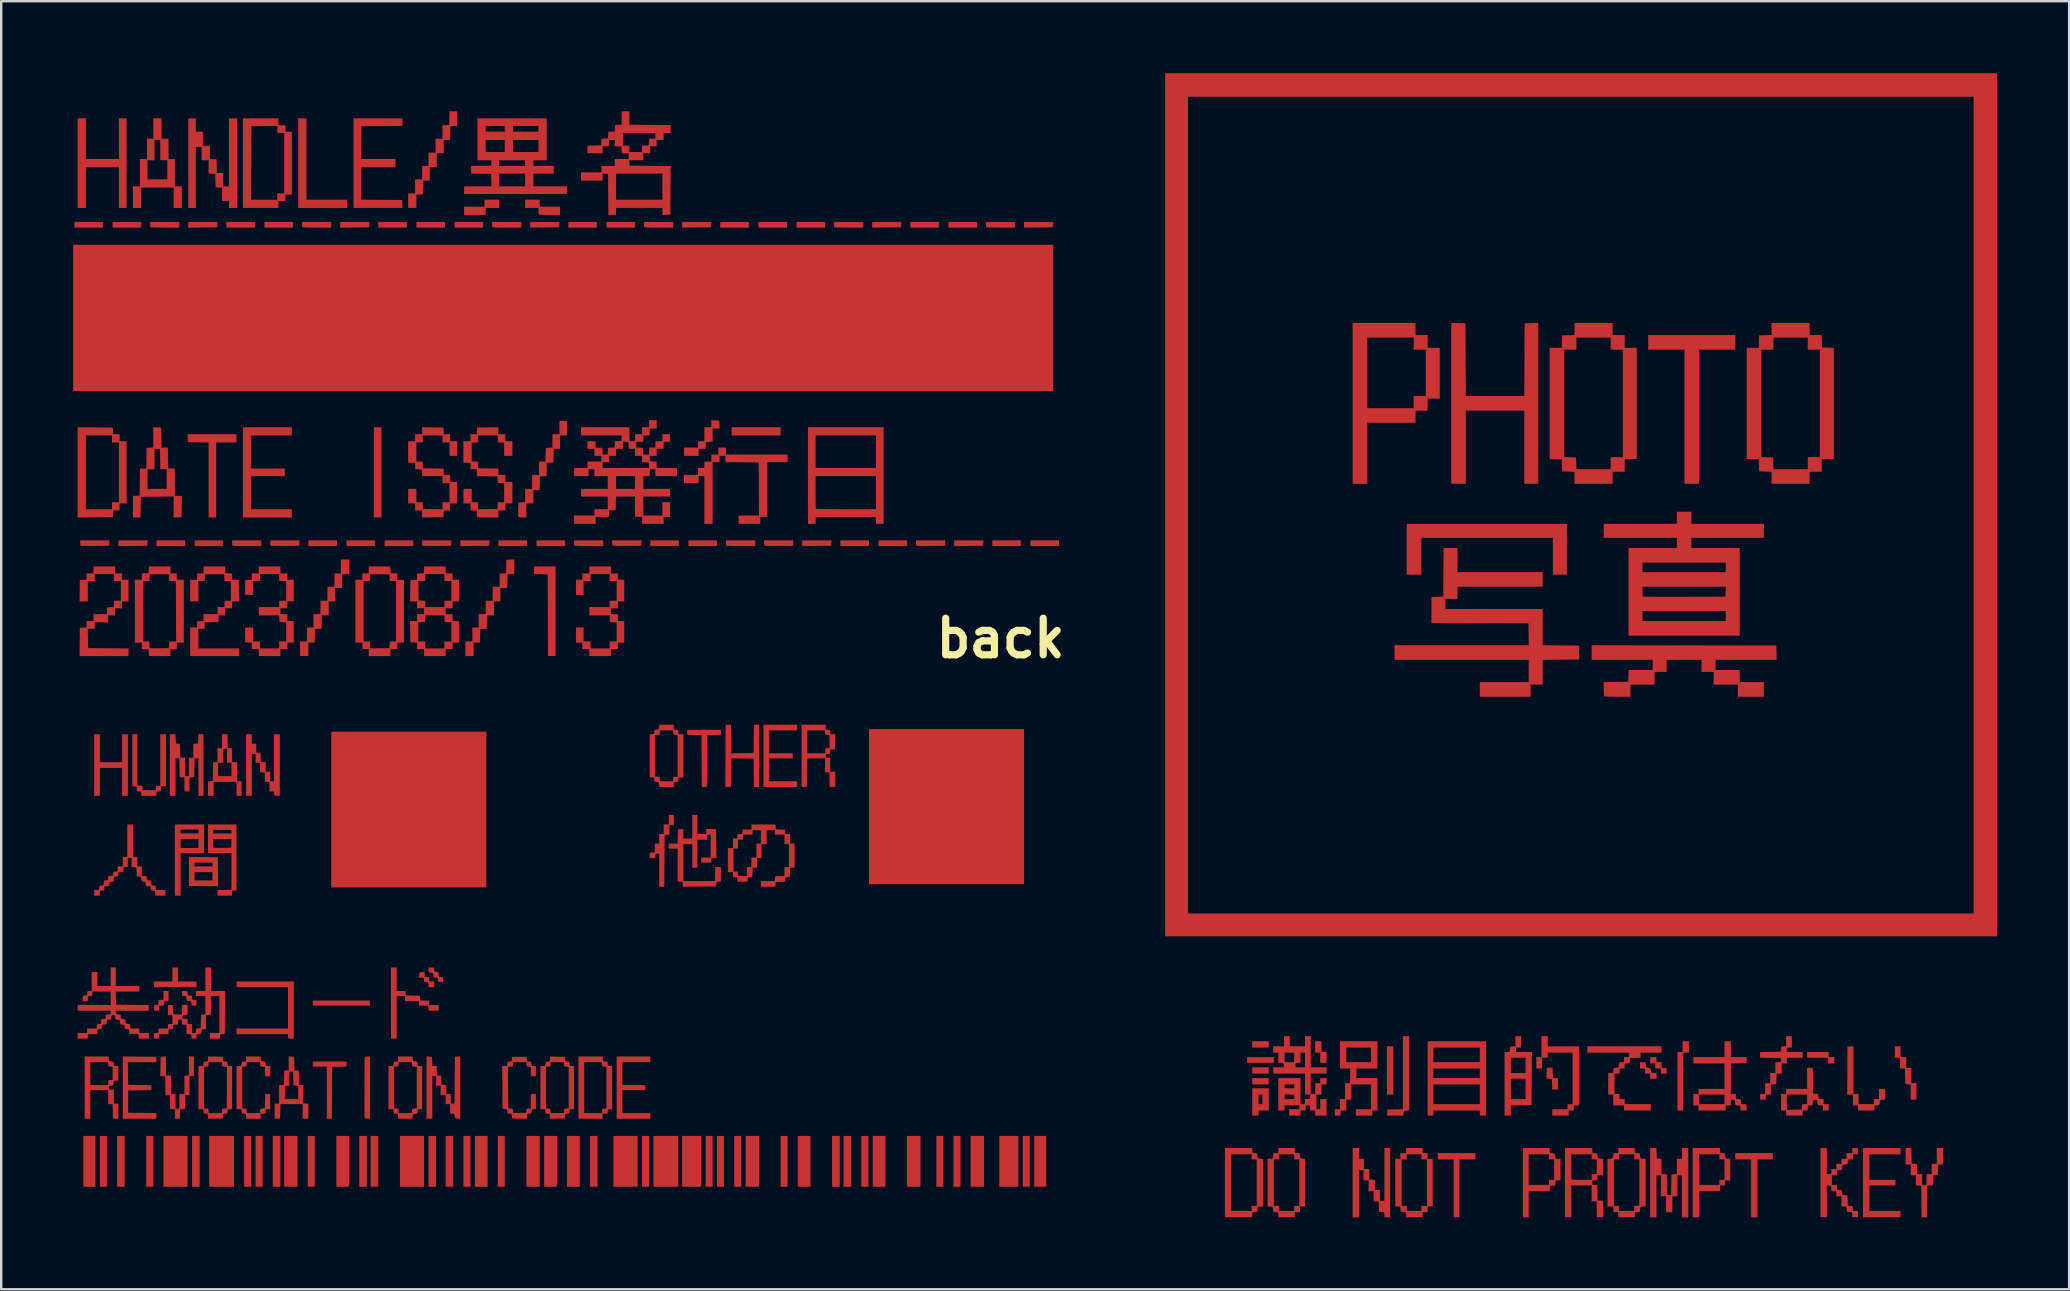
<source format=kicad_pcb>
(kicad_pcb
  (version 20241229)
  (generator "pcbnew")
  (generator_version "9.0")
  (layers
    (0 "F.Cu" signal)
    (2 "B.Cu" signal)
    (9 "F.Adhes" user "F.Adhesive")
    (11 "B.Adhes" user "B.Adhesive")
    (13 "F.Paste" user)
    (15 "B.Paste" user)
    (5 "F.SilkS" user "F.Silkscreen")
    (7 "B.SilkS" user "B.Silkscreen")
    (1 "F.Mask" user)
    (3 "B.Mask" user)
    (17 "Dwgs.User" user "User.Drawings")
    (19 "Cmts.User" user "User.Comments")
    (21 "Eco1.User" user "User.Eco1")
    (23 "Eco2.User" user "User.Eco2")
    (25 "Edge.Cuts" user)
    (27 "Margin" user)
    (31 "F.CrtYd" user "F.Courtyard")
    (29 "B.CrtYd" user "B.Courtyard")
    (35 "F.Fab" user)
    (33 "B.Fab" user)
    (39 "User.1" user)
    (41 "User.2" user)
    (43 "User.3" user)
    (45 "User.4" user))
  (footprint "back"
    (layer "F.Cu")
    (at 38.643 23.546)
    (property "Reference" "back" (at 0 0 0) (layer "F.SilkS") (effects (font (size 1.524 1.524) (thickness 0.3))))
    (attr board_only exclude_from_pos_files exclude_from_bom)
    (fp_poly (pts (xy -37.716 22.857) (xy -38.219 22.857) (xy -38.219 20.738) (xy -37.716 20.738)) (stroke (width 0) (type solid)) (fill yes) (layer "F.Cu"))
    (fp_poly (pts (xy -37.398 -17.11) (xy -38.59 -17.11) (xy -38.59 -17.348) (xy -37.398 -17.348)) (stroke (width 0) (type solid)) (fill yes) (layer "F.Cu"))
    (fp_poly (pts (xy -37.239 22.857) (xy -37.531 22.857) (xy -37.531 20.738) (xy -37.239 20.738)) (stroke (width 0) (type solid)) (fill yes) (layer "F.Cu"))
    (fp_poly (pts (xy -36.498 22.857) (xy -36.815 22.857) (xy -36.815 20.738) (xy -36.498 20.738)) (stroke (width 0) (type solid)) (fill yes) (layer "F.Cu"))
    (fp_poly (pts (xy -35.809 -17.11) (xy -37.001 -17.11) (xy -37.001 -17.348) (xy -35.809 -17.348)) (stroke (width 0) (type solid)) (fill yes) (layer "F.Cu"))
    (fp_poly (pts (xy -35.306 22.857) (xy -35.597 22.857) (xy -35.597 20.738) (xy -35.306 20.738)) (stroke (width 0) (type solid)) (fill yes) (layer "F.Cu"))
    (fp_poly (pts (xy -33.981 -3.84) (xy -35.173 -3.84) (xy -35.173 -4.079) (xy -33.981 -4.079)) (stroke (width 0) (type solid)) (fill yes) (layer "F.Cu"))
    (fp_poly (pts (xy -33.875 22.857) (xy -34.882 22.857) (xy -34.882 20.738) (xy -33.875 20.738)) (stroke (width 0) (type solid)) (fill yes) (layer "F.Cu"))
    (fp_poly (pts (xy -33.372 22.857) (xy -33.69 22.857) (xy -33.69 20.738) (xy -33.372 20.738)) (stroke (width 0) (type solid)) (fill yes) (layer "F.Cu"))
    (fp_poly (pts (xy -32.392 -3.84) (xy -33.584 -3.84) (xy -33.584 -4.079) (xy -32.392 -4.079)) (stroke (width 0) (type solid)) (fill yes) (layer "F.Cu"))
    (fp_poly (pts (xy -31.942 22.857) (xy -32.975 22.857) (xy -32.975 20.738) (xy -31.942 20.738)) (stroke (width 0) (type solid)) (fill yes) (layer "F.Cu"))
    (fp_poly (pts (xy -31.227 22.857) (xy -31.518 22.857) (xy -31.518 20.738) (xy -31.227 20.738)) (stroke (width 0) (type solid)) (fill yes) (layer "F.Cu"))
    (fp_poly (pts (xy -31.068 -17.11) (xy -32.26 -17.11) (xy -32.26 -17.348) (xy -31.068 -17.348)) (stroke (width 0) (type solid)) (fill yes) (layer "F.Cu"))
    (fp_poly (pts (xy -30.75 22.857) (xy -31.042 22.857) (xy -31.042 20.738) (xy -30.75 20.738)) (stroke (width 0) (type solid)) (fill yes) (layer "F.Cu"))
    (fp_poly (pts (xy -30.009 22.857) (xy -30.326 22.857) (xy -30.326 20.738) (xy -30.009 20.738)) (stroke (width 0) (type solid)) (fill yes) (layer "F.Cu"))
    (fp_poly (pts (xy -29.479 -17.11) (xy -30.671 -17.11) (xy -30.671 -17.348) (xy -29.479 -17.348)) (stroke (width 0) (type solid)) (fill yes) (layer "F.Cu"))
    (fp_poly (pts (xy -29.293 22.857) (xy -29.85 22.857) (xy -29.85 20.738) (xy -29.293 20.738)) (stroke (width 0) (type solid)) (fill yes) (layer "F.Cu"))
    (fp_poly (pts (xy -28.578 22.857) (xy -28.87 22.857) (xy -28.87 20.738) (xy -28.578 20.738)) (stroke (width 0) (type solid)) (fill yes) (layer "F.Cu"))
    (fp_poly (pts (xy -27.651 -3.84) (xy -28.843 -3.84) (xy -28.843 -4.079) (xy -27.651 -4.079)) (stroke (width 0) (type solid)) (fill yes) (layer "F.Cu"))
    (fp_poly (pts (xy -27.148 22.857) (xy -27.678 22.857) (xy -27.678 20.738) (xy -27.148 20.738)) (stroke (width 0) (type solid)) (fill yes) (layer "F.Cu"))
    (fp_poly (pts (xy -26.406 22.857) (xy -26.724 22.857) (xy -26.724 20.738) (xy -26.406 20.738)) (stroke (width 0) (type solid)) (fill yes) (layer "F.Cu"))
    (fp_poly (pts (xy -26.274 15.309) (xy -28.658 15.309) (xy -28.658 15.097) (xy -26.274 15.097)) (stroke (width 0) (type solid)) (fill yes) (layer "F.Cu"))
    (fp_poly (pts (xy -26.062 -3.84) (xy -27.254 -3.84) (xy -27.254 -4.079) (xy -26.062 -4.079)) (stroke (width 0) (type solid)) (fill yes) (layer "F.Cu"))
    (fp_poly (pts (xy -25.93 22.857) (xy -26.248 22.857) (xy -26.248 20.738) (xy -25.93 20.738)) (stroke (width 0) (type solid)) (fill yes) (layer "F.Cu"))
    (fp_poly (pts (xy -25.797 -5.032) (xy -26.115 -5.032) (xy -26.115 -8.793) (xy -25.797 -8.793)) (stroke (width 0) (type solid)) (fill yes) (layer "F.Cu"))
    (fp_poly (pts (xy -24.738 -17.11) (xy -25.93 -17.11) (xy -25.93 -17.348) (xy -24.738 -17.348)) (stroke (width 0) (type solid)) (fill yes) (layer "F.Cu"))
    (fp_poly (pts (xy -24.473 -3.84) (xy -25.665 -3.84) (xy -25.665 -4.079) (xy -24.473 -4.079)) (stroke (width 0) (type solid)) (fill yes) (layer "F.Cu"))
    (fp_poly (pts (xy -24.023 22.857) (xy -25.029 22.857) (xy -25.029 20.738) (xy -24.023 20.738)) (stroke (width 0) (type solid)) (fill yes) (layer "F.Cu"))
    (fp_poly (pts (xy -23.52 22.857) (xy -23.837 22.857) (xy -23.837 20.738) (xy -23.52 20.738)) (stroke (width 0) (type solid)) (fill yes) (layer "F.Cu"))
    (fp_poly (pts (xy -23.149 -17.11) (xy -24.341 -17.11) (xy -24.341 -17.348) (xy -23.149 -17.348)) (stroke (width 0) (type solid)) (fill yes) (layer "F.Cu"))
    (fp_poly (pts (xy -22.804 22.857) (xy -23.122 22.857) (xy -23.122 20.738) (xy -22.804 20.738)) (stroke (width 0) (type solid)) (fill yes) (layer "F.Cu"))
    (fp_poly (pts (xy -22.089 22.857) (xy -22.381 22.857) (xy -22.381 20.738) (xy -22.089 20.738)) (stroke (width 0) (type solid)) (fill yes) (layer "F.Cu"))
    (fp_poly (pts (xy -21.56 -17.11) (xy -22.751 -17.11) (xy -22.751 -17.348) (xy -21.56 -17.348)) (stroke (width 0) (type solid)) (fill yes) (layer "F.Cu"))
    (fp_poly (pts (xy -21.427 10.382) (xy -27.89 10.382) (xy -27.89 3.893) (xy -21.427 3.893)) (stroke (width 0) (type solid)) (fill yes) (layer "F.Cu"))
    (fp_poly (pts (xy -21.374 22.857) (xy -21.904 22.857) (xy -21.904 20.738) (xy -21.374 20.738)) (stroke (width 0) (type solid)) (fill yes) (layer "F.Cu"))
    (fp_poly (pts (xy -21.308 -3.854) (xy -22.513 -3.839) (xy -22.513 -4.079) (xy -21.292 -4.079)) (stroke (width 0) (type solid)) (fill yes) (layer "F.Cu"))
    (fp_poly (pts (xy -20.659 22.857) (xy -20.95 22.857) (xy -20.95 20.738) (xy -20.659 20.738)) (stroke (width 0) (type solid)) (fill yes) (layer "F.Cu"))
    (fp_poly (pts (xy -19.732 -3.84) (xy -20.924 -3.84) (xy -20.924 -4.079) (xy -19.732 -4.079)) (stroke (width 0) (type solid)) (fill yes) (layer "F.Cu"))
    (fp_poly (pts (xy -19.202 22.857) (xy -19.758 22.857) (xy -19.758 20.738) (xy -19.202 20.738)) (stroke (width 0) (type solid)) (fill yes) (layer "F.Cu"))
    (fp_poly (pts (xy -18.487 22.857) (xy -19.017 22.857) (xy -19.017 20.738) (xy -18.487 20.738)) (stroke (width 0) (type solid)) (fill yes) (layer "F.Cu"))
    (fp_poly (pts (xy -18.143 -3.84) (xy -19.335 -3.84) (xy -19.335 -4.079) (xy -18.143 -4.079)) (stroke (width 0) (type solid)) (fill yes) (layer "F.Cu"))
    (fp_poly (pts (xy -17.534 22.857) (xy -18.063 22.857) (xy -18.063 20.738) (xy -17.534 20.738)) (stroke (width 0) (type solid)) (fill yes) (layer "F.Cu"))
    (fp_poly (pts (xy -16.819 -17.11) (xy -18.01 -17.11) (xy -18.01 -17.348) (xy -16.819 -17.348)) (stroke (width 0) (type solid)) (fill yes) (layer "F.Cu"))
    (fp_poly (pts (xy -16.792 22.857) (xy -17.11 22.857) (xy -17.11 20.738) (xy -16.792 20.738)) (stroke (width 0) (type solid)) (fill yes) (layer "F.Cu"))
    (fp_poly (pts (xy -15.229 -17.11) (xy -16.421 -17.11) (xy -16.421 -17.348) (xy -15.229 -17.348)) (stroke (width 0) (type solid)) (fill yes) (layer "F.Cu"))
    (fp_poly (pts (xy -15.123 22.857) (xy -16.13 22.857) (xy -16.13 20.738) (xy -15.123 20.738)) (stroke (width 0) (type solid)) (fill yes) (layer "F.Cu"))
    (fp_poly (pts (xy -14.647 22.857) (xy -14.938 22.857) (xy -14.938 20.738) (xy -14.647 20.738)) (stroke (width 0) (type solid)) (fill yes) (layer "F.Cu"))
    (fp_poly (pts (xy -13.428 22.857) (xy -14.461 22.857) (xy -14.461 20.738) (xy -13.428 20.738)) (stroke (width 0) (type solid)) (fill yes) (layer "F.Cu"))
    (fp_poly (pts (xy -13.402 -3.84) (xy -14.594 -3.84) (xy -14.594 -4.079) (xy -13.402 -4.079)) (stroke (width 0) (type solid)) (fill yes) (layer "F.Cu"))
    (fp_poly (pts (xy -12.475 22.857) (xy -13.269 22.857) (xy -13.269 20.738) (xy -12.475 20.738)) (stroke (width 0) (type solid)) (fill yes) (layer "F.Cu"))
    (fp_poly (pts (xy -11.998 22.857) (xy -12.289 22.857) (xy -12.289 20.738) (xy -11.998 20.738)) (stroke (width 0) (type solid)) (fill yes) (layer "F.Cu"))
    (fp_poly (pts (xy -11.813 -3.84) (xy -13.005 -3.84) (xy -13.005 -4.079) (xy -11.813 -4.079)) (stroke (width 0) (type solid)) (fill yes) (layer "F.Cu"))
    (fp_poly (pts (xy -11.521 22.857) (xy -11.813 22.857) (xy -11.813 20.738) (xy -11.521 20.738)) (stroke (width 0) (type solid)) (fill yes) (layer "F.Cu"))
    (fp_poly (pts (xy -10.806 22.857) (xy -11.098 22.857) (xy -11.098 20.738) (xy -10.806 20.738)) (stroke (width 0) (type solid)) (fill yes) (layer "F.Cu"))
    (fp_poly (pts (xy -10.488 -17.11) (xy -11.68 -17.11) (xy -11.68 -17.348) (xy -10.488 -17.348)) (stroke (width 0) (type solid)) (fill yes) (layer "F.Cu"))
    (fp_poly (pts (xy -10.065 22.857) (xy -10.621 22.857) (xy -10.621 20.738) (xy -10.065 20.738)) (stroke (width 0) (type solid)) (fill yes) (layer "F.Cu"))
    (fp_poly (pts (xy -9.164 -8.449) (xy -11.204 -8.449) (xy -11.204 -8.793) (xy -9.164 -8.793)) (stroke (width 0) (type solid)) (fill yes) (layer "F.Cu"))
    (fp_poly (pts (xy -8.899 -17.11) (xy -10.091 -17.11) (xy -10.091 -17.348) (xy -8.899 -17.348)) (stroke (width 0) (type solid)) (fill yes) (layer "F.Cu"))
    (fp_poly (pts (xy -8.873 22.857) (xy -9.164 22.857) (xy -9.164 20.738) (xy -8.873 20.738)) (stroke (width 0) (type solid)) (fill yes) (layer "F.Cu"))
    (fp_poly (pts (xy -7.919 22.857) (xy -8.449 22.857) (xy -8.449 20.738) (xy -7.919 20.738)) (stroke (width 0) (type solid)) (fill yes) (layer "F.Cu"))
    (fp_poly (pts (xy -7.31 -17.11) (xy -8.502 -17.11) (xy -8.502 -17.348) (xy -7.31 -17.348)) (stroke (width 0) (type solid)) (fill yes) (layer "F.Cu"))
    (fp_poly (pts (xy -6.701 22.857) (xy -7.019 22.857) (xy -7.019 20.738) (xy -6.701 20.738)) (stroke (width 0) (type solid)) (fill yes) (layer "F.Cu"))
    (fp_poly (pts (xy -6.224 22.857) (xy -6.542 22.857) (xy -6.542 20.738) (xy -6.224 20.738)) (stroke (width 0) (type solid)) (fill yes) (layer "F.Cu"))
    (fp_poly (pts (xy -5.509 22.857) (xy -5.8 22.857) (xy -5.8 20.738) (xy -5.509 20.738)) (stroke (width 0) (type solid)) (fill yes) (layer "F.Cu"))
    (fp_poly (pts (xy -5.483 -3.84) (xy -6.674 -3.84) (xy -6.674 -4.079) (xy -5.483 -4.079)) (stroke (width 0) (type solid)) (fill yes) (layer "F.Cu"))
    (fp_poly (pts (xy -4.794 22.857) (xy -5.324 22.857) (xy -5.324 20.738) (xy -4.794 20.738)) (stroke (width 0) (type solid)) (fill yes) (layer "F.Cu"))
    (fp_poly (pts (xy -3.893 -3.84) (xy -5.085 -3.84) (xy -5.085 -4.079) (xy -3.893 -4.079)) (stroke (width 0) (type solid)) (fill yes) (layer "F.Cu"))
    (fp_poly (pts (xy -3.337 22.857) (xy -3.893 22.857) (xy -3.893 20.738) (xy -3.337 20.738)) (stroke (width 0) (type solid)) (fill yes) (layer "F.Cu"))
    (fp_poly (pts (xy -2.569 -17.11) (xy -3.761 -17.11) (xy -3.761 -17.348) (xy -2.569 -17.348)) (stroke (width 0) (type solid)) (fill yes) (layer "F.Cu"))
    (fp_poly (pts (xy -2.384 22.857) (xy -2.675 22.857) (xy -2.675 20.738) (xy -2.384 20.738)) (stroke (width 0) (type solid)) (fill yes) (layer "F.Cu"))
    (fp_poly (pts (xy -1.669 22.857) (xy -1.96 22.857) (xy -1.96 20.738) (xy -1.669 20.738)) (stroke (width 0) (type solid)) (fill yes) (layer "F.Cu"))
    (fp_poly (pts (xy -0.98 -17.11) (xy -2.172 -17.11) (xy -2.172 -17.348) (xy -0.98 -17.348)) (stroke (width 0) (type solid)) (fill yes) (layer "F.Cu"))
    (fp_poly (pts (xy -0.689 22.857) (xy -1.245 22.857) (xy -1.245 20.738) (xy -0.689 20.738)) (stroke (width 0) (type solid)) (fill yes) (layer "F.Cu"))
    (fp_poly (pts (xy 0.742 22.857) (xy -0.053 22.857) (xy -0.053 20.738) (xy 0.742 20.738)) (stroke (width 0) (type solid)) (fill yes) (layer "F.Cu"))
    (fp_poly (pts (xy 0.848 -3.84) (xy -0.344 -3.84) (xy -0.344 -4.079) (xy 0.848 -4.079)) (stroke (width 0) (type solid)) (fill yes) (layer "F.Cu"))
    (fp_poly (pts (xy 0.98 10.25) (xy -5.483 10.25) (xy -5.483 3.787) (xy 0.98 3.787)) (stroke (width 0) (type solid)) (fill yes) (layer "F.Cu"))
    (fp_poly (pts (xy 1.218 22.857) (xy 0.927 22.857) (xy 0.927 20.738) (xy 1.218 20.738)) (stroke (width 0) (type solid)) (fill yes) (layer "F.Cu"))
    (fp_poly (pts (xy 1.907 22.857) (xy 1.404 22.857) (xy 1.404 20.738) (xy 1.907 20.738)) (stroke (width 0) (type solid)) (fill yes) (layer "F.Cu"))
    (fp_poly (pts (xy 2.198 -10.303) (xy -38.643 -10.303) (xy -38.643 -16.395) (xy 2.198 -16.395)) (stroke (width 0) (type solid)) (fill yes) (layer "F.Cu"))
    (fp_poly (pts (xy 2.437 -3.84) (xy 1.245 -3.84) (xy 1.245 -4.079) (xy 2.437 -4.079)) (stroke (width 0) (type solid)) (fill yes) (layer "F.Cu"))
    (fp_poly (pts (xy 11.177 17.057) (xy 10.488 17.057) (xy 10.488 16.792) (xy 11.177 16.792)) (stroke (width 0) (type solid)) (fill yes) (layer "F.Cu"))
    (fp_poly (pts (xy 11.177 18.143) (xy 10.488 18.143) (xy 10.488 17.878) (xy 11.177 17.878)) (stroke (width 0) (type solid)) (fill yes) (layer "F.Cu"))
    (fp_poly (pts (xy 11.177 18.593) (xy 10.488 18.593) (xy 10.488 18.328) (xy 11.177 18.328)) (stroke (width 0) (type solid)) (fill yes) (layer "F.Cu"))
    (fp_poly (pts (xy 11.389 17.693) (xy 10.277 17.693) (xy 10.277 17.454) (xy 11.389 17.454)) (stroke (width 0) (type solid)) (fill yes) (layer "F.Cu"))
    (fp_poly (pts (xy 16.368 19.017) (xy 16.103 19.017) (xy 16.103 17.004) (xy 16.368 17.004)) (stroke (width 0) (type solid)) (fill yes) (layer "F.Cu"))
    (fp_poly (pts (xy -0.72 -3.966) (xy -0.728 -3.854) (xy -1.933 -3.839) (xy -1.933 -4.079) (xy -0.712 -4.079)) (stroke (width 0) (type solid)) (fill yes) (layer "F.Cu"))
    (fp_poly (pts (xy -35.549 -3.966) (xy -35.557 -3.854) (xy -36.16 -3.847) (xy -36.762 -3.839) (xy -36.762 -4.079) (xy -35.541 -4.079)) (stroke (width 0) (type solid)) (fill yes) (layer "F.Cu"))
    (fp_poly (pts (xy -32.636 -17.236) (xy -32.644 -17.123) (xy -33.246 -17.116) (xy -33.849 -17.109) (xy -33.849 -17.348) (xy -32.628 -17.348)) (stroke (width 0) (type solid)) (fill yes) (layer "F.Cu"))
    (fp_poly (pts (xy -28.923 -18.275) (xy -27.228 -18.275) (xy -27.228 -17.931) (xy -29.267 -17.931) (xy -29.267 -21.665) (xy -28.923 -21.665)) (stroke (width 0) (type solid)) (fill yes) (layer "F.Cu"))
    (fp_poly (pts (xy -26.306 -17.236) (xy -26.314 -17.123) (xy -26.916 -17.116) (xy -27.519 -17.109) (xy -27.519 -17.348) (xy -26.297 -17.348)) (stroke (width 0) (type solid)) (fill yes) (layer "F.Cu"))
    (fp_poly (pts (xy -18.386 -17.236) (xy -18.394 -17.123) (xy -18.997 -17.116) (xy -19.6 -17.109) (xy -19.6 -17.348) (xy -18.378 -17.348)) (stroke (width 0) (type solid)) (fill yes) (layer "F.Cu"))
    (fp_poly (pts (xy -12.056 -17.236) (xy -12.064 -17.123) (xy -12.667 -17.116) (xy -13.269 -17.109) (xy -13.269 -17.348) (xy -12.048 -17.348)) (stroke (width 0) (type solid)) (fill yes) (layer "F.Cu"))
    (fp_poly (pts (xy -7.05 -3.966) (xy -7.058 -3.854) (xy -7.661 -3.847) (xy -8.264 -3.839) (xy -8.264 -4.079) (xy -7.042 -4.079)) (stroke (width 0) (type solid)) (fill yes) (layer "F.Cu"))
    (fp_poly (pts (xy -4.137 -17.236) (xy -4.145 -17.123) (xy -4.748 -17.116) (xy -5.35 -17.109) (xy -5.35 -17.348) (xy -4.129 -17.348)) (stroke (width 0) (type solid)) (fill yes) (layer "F.Cu"))
    (fp_poly (pts (xy 2.193 -17.236) (xy 2.185 -17.123) (xy 1.583 -17.116) (xy 0.98 -17.109) (xy 0.98 -17.348) (xy 2.201 -17.348)) (stroke (width 0) (type solid)) (fill yes) (layer "F.Cu"))
    (fp_poly (pts (xy -18.54 0.742) (xy -18.858 0.742) (xy -18.864 -0.96) (xy -18.871 -2.662) (xy -19.441 -2.677) (xy -19.441 -2.993) (xy -18.54 -2.993)) (stroke (width 0) (type solid)) (fill yes) (layer "F.Cu"))
    (fp_poly (pts (xy -34.273 14.302) (xy -33.505 14.302) (xy -33.505 14.541) (xy -35.279 14.541) (xy -35.279 14.302) (xy -34.511 14.302) (xy -34.511 13.72) (xy -34.273 13.72)) (stroke (width 0) (type solid)) (fill yes) (layer "F.Cu"))
    (fp_poly (pts (xy -20.897 -17.931) (xy -21.454 -17.931) (xy -21.454 -17.64) (xy -22.354 -17.64) (xy -22.354 -17.984) (xy -21.507 -17.984) (xy -21.507 -18.275) (xy -20.897 -18.275)) (stroke (width 0) (type solid)) (fill yes) (layer "F.Cu"))
    (fp_poly (pts (xy 13.375 17.242) (xy 13.587 17.242) (xy 13.587 17.693) (xy 13.322 17.693) (xy 13.322 17.269) (xy 13.111 17.269) (xy 13.111 16.792) (xy 13.375 16.792)) (stroke (width 0) (type solid)) (fill yes) (layer "F.Cu"))
    (fp_poly (pts (xy 19.785 21.718) (xy 19.123 21.718) (xy 19.123 24.129) (xy 18.884 24.129) (xy 18.884 21.718) (xy 18.222 21.718) (xy 18.222 21.454) (xy 19.785 21.454)) (stroke (width 0) (type solid)) (fill yes) (layer "F.Cu"))
    (fp_poly (pts (xy 23.599 -2.649) (xy 23.016 -2.649) (xy 23.016 -4.185) (xy 17.534 -4.185) (xy 17.534 -2.649) (xy 16.925 -2.649) (xy 16.925 -4.767) (xy 23.599 -4.767)) (stroke (width 0) (type solid)) (fill yes) (layer "F.Cu"))
    (fp_poly (pts (xy 28.684 17.269) (xy 28.446 17.269) (xy 28.446 19.679) (xy 28.208 19.679) (xy 28.208 17.242) (xy 28.419 17.242) (xy 28.419 16.792) (xy 28.684 16.792)) (stroke (width 0) (type solid)) (fill yes) (layer "F.Cu"))
    (fp_poly (pts (xy 30.618 -12.025) (xy 29.108 -12.025) (xy 29.108 -6.436) (xy 28.499 -6.436) (xy 28.499 -12.025) (xy 26.989 -12.025) (xy 26.989 -12.634) (xy 30.618 -12.634)) (stroke (width 0) (type solid)) (fill yes) (layer "F.Cu"))
    (fp_poly (pts (xy 32.18 21.718) (xy 31.545 21.718) (xy 31.545 24.129) (xy 31.28 24.129) (xy 31.28 21.718) (xy 30.618 21.718) (xy 30.618 21.454) (xy 32.18 21.454)) (stroke (width 0) (type solid)) (fill yes) (layer "F.Cu"))
    (fp_poly (pts (xy 34.511 17.454) (xy 34.752 17.454) (xy 34.736 17.706) (xy 34.485 17.722) (xy 34.485 17.481) (xy 33.611 17.481) (xy 33.611 17.242) (xy 34.511 17.242)) (stroke (width 0) (type solid)) (fill yes) (layer "F.Cu"))
    (fp_poly (pts (xy -31.836 -8.158) (xy -32.684 -8.158) (xy -32.684 -5.032) (xy -33.001 -5.032) (xy -33.001 -8.156) (xy -33.432 -8.164) (xy -33.862 -8.171) (xy -33.878 -8.502) (xy -31.836 -8.502)) (stroke (width 0) (type solid)) (fill yes) (layer "F.Cu"))
    (fp_poly (pts (xy -27.254 17.85) (xy -27.552 17.857) (xy -27.85 17.865) (xy -27.857 18.944) (xy -27.864 20.023) (xy -28.075 20.023) (xy -28.075 17.852) (xy -28.658 17.852) (xy -28.658 17.64) (xy -27.254 17.64)) (stroke (width 0) (type solid)) (fill yes) (layer "F.Cu"))
    (fp_poly (pts (xy 41.53 12.422) (xy 6.86 12.422) (xy 6.86 11.468) (xy 7.813 11.468) (xy 40.55 11.468) (xy 40.55 -22.566) (xy 7.813 -22.566) (xy 7.813 11.468) (xy 6.86 11.468) (xy 6.86 -23.546) (xy 41.53 -23.546)) (stroke (width 0) (type solid)) (fill yes) (layer "F.Cu"))
    (fp_poly (pts (xy -38.113 -19.97) (xy -36.736 -19.97) (xy -36.736 -21.665) (xy -36.418 -21.665) (xy -36.418 -17.931) (xy -36.736 -17.931) (xy -36.736 -19.626) (xy -38.113 -19.626) (xy -38.113 -17.931) (xy -38.458 -17.931) (xy -38.458 -21.665) (xy -38.113 -21.665)) (stroke (width 0) (type solid)) (fill yes) (layer "F.Cu"))
    (fp_poly (pts (xy -37.531 5.165) (xy -36.604 5.165) (xy -36.604 3.999) (xy -36.365 3.999) (xy -36.365 6.569) (xy -36.604 6.569) (xy -36.604 5.403) (xy -37.531 5.403) (xy -37.531 6.569) (xy -37.769 6.569) (xy -37.769 3.999) (xy -37.531 3.999)) (stroke (width 0) (type solid)) (fill yes) (layer "F.Cu"))
    (fp_poly (pts (xy -29.532 -8.449) (xy -31.227 -8.449) (xy -31.227 -7.072) (xy -29.823 -7.072) (xy -29.823 -6.754) (xy -31.227 -6.754) (xy -31.227 -5.377) (xy -29.532 -5.377) (xy -29.532 -5.032) (xy -31.571 -5.032) (xy -31.571 -8.793) (xy -29.532 -8.793)) (stroke (width 0) (type solid)) (fill yes) (layer "F.Cu"))
    (fp_poly (pts (xy -14.594 17.666) (xy -15.759 17.666) (xy -15.759 18.62) (xy -14.806 18.62) (xy -14.806 18.831) (xy -15.759 18.831) (xy -15.759 19.785) (xy -14.594 19.785) (xy -14.594 20.023) (xy -15.997 20.023) (xy -15.997 17.428) (xy -14.594 17.428)) (stroke (width 0) (type solid)) (fill yes) (layer "F.Cu"))
    (fp_poly (pts (xy -11.654 4.024) (xy -11.939 4.032) (xy -12.223 4.039) (xy -12.23 5.118) (xy -12.237 6.198) (xy -12.448 6.198) (xy -12.455 5.118) (xy -12.462 4.039) (xy -12.76 4.032) (xy -13.058 4.024) (xy -13.058 3.814) (xy -11.654 3.814)) (stroke (width 0) (type solid)) (fill yes) (layer "F.Cu"))
    (fp_poly (pts (xy -8.475 3.84) (xy -9.641 3.84) (xy -9.641 4.794) (xy -8.661 4.794) (xy -8.661 5.006) (xy -9.641 5.006) (xy -9.641 5.959) (xy -8.475 5.959) (xy -8.475 6.198) (xy -9.879 6.198) (xy -9.879 3.602) (xy -8.475 3.602)) (stroke (width 0) (type solid)) (fill yes) (layer "F.Cu"))
    (fp_poly (pts (xy 23.011 18.11) (xy 23.018 18.328) (xy 23.228 18.328) (xy 23.228 18.805) (xy 22.992 18.805) (xy 22.984 18.586) (xy 22.977 18.368) (xy 22.863 18.36) (xy 22.749 18.352) (xy 22.757 18.121) (xy 22.765 17.891) (xy 23.003 17.891)) (stroke (width 0) (type solid)) (fill yes) (layer "F.Cu"))
    (fp_poly (pts (xy 27.333 17.666) (xy 27.545 17.666) (xy 27.545 17.904) (xy 27.757 17.904) (xy 27.757 18.143) (xy 27.519 18.143) (xy 27.519 17.931) (xy 27.28 17.931) (xy 27.28 17.719) (xy 27.069 17.719) (xy 27.069 17.454) (xy 27.333 17.454)) (stroke (width 0) (type solid)) (fill yes) (layer "F.Cu"))
    (fp_poly (pts (xy 37.504 21.507) (xy 36.206 21.507) (xy 36.206 22.566) (xy 37.292 22.566) (xy 37.292 22.804) (xy 36.206 22.804) (xy 36.206 23.864) (xy 37.504 23.864) (xy 37.504 24.129) (xy 35.941 24.129) (xy 35.941 21.242) (xy 37.504 21.242)) (stroke (width 0) (type solid)) (fill yes) (layer "F.Cu"))
    (fp_poly (pts (xy -34.22 -17.11) (xy -34.811 -17.11) (xy -34.983 -17.111) (xy -35.137 -17.113) (xy -35.265 -17.116) (xy -35.359 -17.12) (xy -35.412 -17.125) (xy -35.421 -17.128) (xy -35.432 -17.163) (xy -35.438 -17.229) (xy -35.438 -17.247) (xy -35.438 -17.348) (xy -34.22 -17.348)) (stroke (width 0) (type solid)) (fill yes) (layer "F.Cu"))
    (fp_poly (pts (xy -30.803 -3.84) (xy -31.395 -3.84) (xy -31.567 -3.841) (xy -31.72 -3.843) (xy -31.848 -3.847) (xy -31.943 -3.851) (xy -31.996 -3.856) (xy -32.004 -3.858) (xy -32.015 -3.894) (xy -32.021 -3.96) (xy -32.021 -3.977) (xy -32.021 -4.079) (xy -30.803 -4.079)) (stroke (width 0) (type solid)) (fill yes) (layer "F.Cu"))
    (fp_poly (pts (xy -27.89 -17.11) (xy -28.481 -17.11) (xy -28.653 -17.111) (xy -28.807 -17.113) (xy -28.935 -17.116) (xy -29.029 -17.12) (xy -29.082 -17.125) (xy -29.09 -17.128) (xy -29.102 -17.163) (xy -29.108 -17.229) (xy -29.108 -17.247) (xy -29.108 -17.348) (xy -27.89 -17.348)) (stroke (width 0) (type solid)) (fill yes) (layer "F.Cu"))
    (fp_poly (pts (xy -19.97 -17.11) (xy -20.562 -17.11) (xy -20.734 -17.111) (xy -20.888 -17.113) (xy -21.016 -17.116) (xy -21.11 -17.12) (xy -21.163 -17.125) (xy -21.171 -17.128) (xy -21.183 -17.163) (xy -21.188 -17.229) (xy -21.189 -17.247) (xy -21.189 -17.348) (xy -19.97 -17.348)) (stroke (width 0) (type solid)) (fill yes) (layer "F.Cu"))
    (fp_poly (pts (xy -16.554 -3.84) (xy -17.145 -3.84) (xy -17.317 -3.841) (xy -17.471 -3.843) (xy -17.599 -3.847) (xy -17.693 -3.851) (xy -17.746 -3.856) (xy -17.754 -3.858) (xy -17.766 -3.894) (xy -17.772 -3.96) (xy -17.772 -3.977) (xy -17.772 -4.079) (xy -16.554 -4.079)) (stroke (width 0) (type solid)) (fill yes) (layer "F.Cu"))
    (fp_poly (pts (xy -13.64 -17.11) (xy -14.232 -17.11) (xy -14.404 -17.111) (xy -14.558 -17.113) (xy -14.686 -17.116) (xy -14.78 -17.12) (xy -14.833 -17.125) (xy -14.841 -17.128) (xy -14.852 -17.163) (xy -14.858 -17.229) (xy -14.859 -17.247) (xy -14.859 -17.348) (xy -13.64 -17.348)) (stroke (width 0) (type solid)) (fill yes) (layer "F.Cu"))
    (fp_poly (pts (xy -10.224 -3.84) (xy -10.815 -3.84) (xy -10.987 -3.841) (xy -11.141 -3.843) (xy -11.269 -3.847) (xy -11.363 -3.851) (xy -11.416 -3.856) (xy -11.424 -3.858) (xy -11.436 -3.894) (xy -11.442 -3.96) (xy -11.442 -3.977) (xy -11.442 -4.079) (xy -10.224 -4.079)) (stroke (width 0) (type solid)) (fill yes) (layer "F.Cu"))
    (fp_poly (pts (xy -5.721 -17.11) (xy -6.312 -17.11) (xy -6.484 -17.111) (xy -6.638 -17.113) (xy -6.766 -17.116) (xy -6.861 -17.12) (xy -6.913 -17.125) (xy -6.922 -17.128) (xy -6.933 -17.163) (xy -6.939 -17.229) (xy -6.939 -17.247) (xy -6.939 -17.348) (xy -5.721 -17.348)) (stroke (width 0) (type solid)) (fill yes) (layer "F.Cu"))
    (fp_poly (pts (xy 0.609 -17.11) (xy 0.018 -17.11) (xy -0.154 -17.111) (xy -0.308 -17.113) (xy -0.436 -17.116) (xy -0.53 -17.12) (xy -0.583 -17.125) (xy -0.592 -17.128) (xy -0.603 -17.163) (xy -0.609 -17.229) (xy -0.609 -17.247) (xy -0.609 -17.348) (xy 0.609 -17.348)) (stroke (width 0) (type solid)) (fill yes) (layer "F.Cu"))
    (fp_poly (pts (xy 11.177 19.679) (xy 10.753 19.679) (xy 10.753 19.891) (xy 10.488 19.891) (xy 10.488 19.414) (xy 10.753 19.414) (xy 10.912 19.414) (xy 10.912 19.017) (xy 10.753 19.017) (xy 10.753 19.414) (xy 10.488 19.414) (xy 10.488 18.752) (xy 11.177 18.752)) (stroke (width 0) (type solid)) (fill yes) (layer "F.Cu"))
    (fp_poly (pts (xy 17.03 19.676) (xy 16.918 19.684) (xy 16.847 19.692) (xy 16.813 19.712) (xy 16.8 19.758) (xy 16.797 19.792) (xy 16.789 19.891) (xy 16.101 19.891) (xy 16.117 19.639) (xy 16.441 19.632) (xy 16.766 19.624) (xy 16.766 16.58) (xy 17.03 16.58)) (stroke (width 0) (type solid)) (fill yes) (layer "F.Cu"))
    (fp_poly (pts (xy -37.138 -3.966) (xy -37.147 -3.854) (xy -37.731 -3.847) (xy -37.902 -3.845) (xy -38.055 -3.846) (xy -38.181 -3.848) (xy -38.275 -3.851) (xy -38.326 -3.855) (xy -38.333 -3.858) (xy -38.345 -3.894) (xy -38.351 -3.96) (xy -38.352 -3.977) (xy -38.352 -4.079) (xy -37.13 -4.079)) (stroke (width 0) (type solid)) (fill yes) (layer "F.Cu"))
    (fp_poly (pts (xy -29.452 16.686) (xy -29.572 16.686) (xy -29.645 16.684) (xy -29.679 16.671) (xy -29.69 16.635) (xy -29.691 16.593) (xy -29.691 16.501) (xy -31.836 16.501) (xy -31.836 16.262) (xy -29.691 16.262) (xy -29.691 14.541) (xy -31.836 14.541) (xy -31.836 14.302) (xy -29.452 14.302)) (stroke (width 0) (type solid)) (fill yes) (layer "F.Cu"))
    (fp_poly (pts (xy -29.219 -3.966) (xy -29.227 -3.854) (xy -29.812 -3.847) (xy -29.982 -3.845) (xy -30.135 -3.846) (xy -30.262 -3.848) (xy -30.355 -3.851) (xy -30.407 -3.855) (xy -30.414 -3.858) (xy -30.426 -3.894) (xy -30.432 -3.96) (xy -30.432 -3.977) (xy -30.432 -4.079) (xy -29.211 -4.079)) (stroke (width 0) (type solid)) (fill yes) (layer "F.Cu"))
    (fp_poly (pts (xy -22.889 -3.966) (xy -22.897 -3.854) (xy -23.481 -3.847) (xy -23.652 -3.845) (xy -23.805 -3.846) (xy -23.932 -3.848) (xy -24.025 -3.851) (xy -24.077 -3.855) (xy -24.084 -3.858) (xy -24.096 -3.894) (xy -24.102 -3.96) (xy -24.102 -3.977) (xy -24.102 -4.079) (xy -22.881 -4.079)) (stroke (width 0) (type solid)) (fill yes) (layer "F.Cu"))
    (fp_poly (pts (xy -14.97 -3.966) (xy -14.978 -3.854) (xy -15.562 -3.847) (xy -15.733 -3.845) (xy -15.886 -3.846) (xy -16.013 -3.848) (xy -16.106 -3.851) (xy -16.157 -3.855) (xy -16.165 -3.858) (xy -16.177 -3.894) (xy -16.183 -3.96) (xy -16.183 -3.977) (xy -16.183 -4.079) (xy -14.962 -4.079)) (stroke (width 0) (type solid)) (fill yes) (layer "F.Cu"))
    (fp_poly (pts (xy -8.64 -3.966) (xy -8.648 -3.854) (xy -9.232 -3.847) (xy -9.403 -3.845) (xy -9.556 -3.846) (xy -9.683 -3.848) (xy -9.776 -3.851) (xy -9.827 -3.855) (xy -9.835 -3.858) (xy -9.846 -3.894) (xy -9.853 -3.96) (xy -9.853 -3.977) (xy -9.853 -4.079) (xy -8.631 -4.079)) (stroke (width 0) (type solid)) (fill yes) (layer "F.Cu"))
    (fp_poly (pts (xy -2.309 -3.966) (xy -2.318 -3.854) (xy -2.902 -3.847) (xy -3.073 -3.845) (xy -3.226 -3.846) (xy -3.352 -3.848) (xy -3.446 -3.851) (xy -3.497 -3.855) (xy -3.504 -3.858) (xy -3.516 -3.894) (xy -3.522 -3.96) (xy -3.523 -3.977) (xy -3.523 -4.079) (xy -2.301 -4.079)) (stroke (width 0) (type solid)) (fill yes) (layer "F.Cu"))
    (fp_poly (pts (xy -11.23 4.795) (xy -10.76 4.788) (xy -10.29 4.781) (xy -10.276 3.602) (xy -10.065 3.602) (xy -10.065 6.198) (xy -10.276 6.198) (xy -10.29 5.019) (xy -10.76 5.012) (xy -11.23 5.005) (xy -11.23 6.198) (xy -11.469 6.198) (xy -11.462 4.907) (xy -11.455 3.615) (xy -11.23 3.599)) (stroke (width 0) (type solid)) (fill yes) (layer "F.Cu"))
    (fp_poly (pts (xy -35.882 17.434) (xy -35.187 17.441) (xy -35.178 17.554) (xy -35.17 17.666) (xy -36.366 17.666) (xy -36.359 18.136) (xy -36.352 18.606) (xy -35.385 18.621) (xy -35.385 18.83) (xy -36.352 18.845) (xy -36.352 19.772) (xy -35.763 19.779) (xy -35.173 19.786) (xy -35.173 20.023) (xy -36.577 20.023) (xy -36.577 17.427)) (stroke (width 0) (type solid)) (fill yes) (layer "F.Cu"))
    (fp_poly (pts (xy -26.274 20.023) (xy -26.381 20.023) (xy -26.454 20.016) (xy -26.497 19.996) (xy -26.5 19.99) (xy -26.503 19.958) (xy -26.505 19.878) (xy -26.506 19.755) (xy -26.507 19.596) (xy -26.508 19.405) (xy -26.508 19.188) (xy -26.507 18.949) (xy -26.506 18.699) (xy -26.499 17.441) (xy -26.387 17.433) (xy -26.274 17.425)) (stroke (width 0) (type solid)) (fill yes) (layer "F.Cu"))
    (fp_poly (pts (xy -24.923 -21.348) (xy -25.777 -21.341) (xy -26.632 -21.334) (xy -26.639 -20.652) (xy -26.646 -19.97) (xy -25.215 -19.97) (xy -25.215 -19.626) (xy -26.645 -19.626) (xy -26.645 -18.276) (xy -25.791 -18.269) (xy -24.936 -18.262) (xy -24.929 -18.097) (xy -24.921 -17.931) (xy -26.963 -17.931) (xy -26.963 -21.665) (xy -24.923 -21.665)) (stroke (width 0) (type solid)) (fill yes) (layer "F.Cu"))
    (fp_poly (pts (xy -19.202 -17.984) (xy -18.355 -17.984) (xy -18.355 -17.64) (xy -18.787 -17.64) (xy -18.934 -17.641) (xy -19.061 -17.644) (xy -19.16 -17.648) (xy -19.222 -17.653) (xy -19.238 -17.657) (xy -19.248 -17.692) (xy -19.254 -17.761) (xy -19.255 -17.803) (xy -19.255 -17.931) (xy -19.811 -17.931) (xy -19.811 -18.275) (xy -19.202 -18.275)) (stroke (width 0) (type solid)) (fill yes) (layer "F.Cu"))
    (fp_poly (pts (xy 22.407 -6.436) (xy 21.824 -6.436) (xy 21.824 -9.482) (xy 19.388 -9.482) (xy 19.388 -6.436) (xy 18.779 -6.436) (xy 18.779 -13.139) (xy 19.076 -13.131) (xy 19.374 -13.124) (xy 19.381 -11.607) (xy 19.388 -10.091) (xy 21.824 -10.091) (xy 21.831 -11.607) (xy 21.838 -13.124) (xy 22.122 -13.131) (xy 22.407 -13.139)) (stroke (width 0) (type solid)) (fill yes) (layer "F.Cu"))
    (fp_poly (pts (xy 37.504 17.454) (xy 37.742 17.454) (xy 37.742 17.904) (xy 37.954 17.904) (xy 37.954 18.54) (xy 38.166 18.54) (xy 38.166 19.229) (xy 37.928 19.229) (xy 37.928 18.596) (xy 37.703 18.58) (xy 37.695 18.255) (xy 37.688 17.931) (xy 37.478 17.931) (xy 37.478 17.481) (xy 37.266 17.481) (xy 37.266 17.004) (xy 37.504 17.004)) (stroke (width 0) (type solid)) (fill yes) (layer "F.Cu"))
    (fp_poly (pts (xy -11.72 -9.071) (xy -11.704 -8.74) (xy -11.998 -8.74) (xy -11.998 -8.187) (xy -12.137 -8.179) (xy -12.276 -8.171) (xy -12.284 -8.032) (xy -12.292 -7.893) (xy -12.581 -7.893) (xy -12.581 -7.601) (xy -13.19 -7.601) (xy -13.19 -7.946) (xy -12.607 -7.946) (xy -12.607 -8.211) (xy -12.342 -8.211) (xy -12.342 -8.793) (xy -12.051 -8.793) (xy -12.051 -9.087)) (stroke (width 0) (type solid)) (fill yes) (layer "F.Cu"))
    (fp_poly (pts (xy -33.22 9.117) (xy -32.617 9.124) (xy -32.61 9.727) (xy -32.603 10.33) (xy -33.823 10.33) (xy -33.823 10.091) (xy -33.584 10.091) (xy -32.843 10.091) (xy -32.843 9.747) (xy -33.584 9.747) (xy -33.584 10.091) (xy -33.823 10.091) (xy -33.823 9.508) (xy -33.584 9.508) (xy -32.843 9.508) (xy -32.843 9.35) (xy -33.584 9.35) (xy -33.584 9.508) (xy -33.823 9.508) (xy -33.823 9.11)) (stroke (width 0) (type solid)) (fill yes) (layer "F.Cu"))
    (fp_poly (pts (xy -33.187 8.952) (xy -34.167 8.952) (xy -34.167 10.727) (xy -34.405 10.727) (xy -34.405 8.74) (xy -34.167 8.74) (xy -33.425 8.74) (xy -33.425 8.37) (xy -34.167 8.37) (xy -34.167 8.74) (xy -34.405 8.74) (xy -34.405 8.131) (xy -34.167 8.131) (xy -33.425 8.131) (xy -33.425 7.972) (xy -34.167 7.972) (xy -34.167 8.131) (xy -34.405 8.131) (xy -34.405 7.76) (xy -33.187 7.76)) (stroke (width 0) (type solid)) (fill yes) (layer "F.Cu"))
    (fp_poly (pts (xy -25.162 14.7) (xy -24.791 14.7) (xy -24.791 14.883) (xy -24.493 14.891) (xy -24.195 14.898) (xy -24.187 14.998) (xy -24.178 15.097) (xy -23.811 15.097) (xy -23.811 15.282) (xy -23.414 15.282) (xy -23.414 15.521) (xy -23.837 15.521) (xy -23.837 15.309) (xy -24.235 15.309) (xy -24.235 15.123) (xy -24.817 15.123) (xy -24.817 14.912) (xy -25.162 14.912) (xy -25.162 16.686) (xy -25.4 16.686) (xy -25.4 13.72) (xy -25.162 13.72)) (stroke (width 0) (type solid)) (fill yes) (layer "F.Cu"))
    (fp_poly (pts (xy 22.804 17.004) (xy 24.102 17.004) (xy 24.102 19.467) (xy 23.89 19.467) (xy 23.89 19.679) (xy 23.678 19.679) (xy 23.678 19.891) (xy 22.99 19.891) (xy 22.99 19.626) (xy 23.625 19.626) (xy 23.625 19.414) (xy 23.837 19.414) (xy 23.837 17.269) (xy 22.804 17.269) (xy 22.804 17.481) (xy 22.566 17.481) (xy 22.566 17.931) (xy 22.328 17.931) (xy 22.328 17.454) (xy 22.54 17.454) (xy 22.54 16.58) (xy 22.804 16.58)) (stroke (width 0) (type solid)) (fill yes) (layer "F.Cu"))
    (fp_poly (pts (xy 26.888 17.779) (xy 26.896 17.85) (xy 26.916 17.883) (xy 26.962 17.896) (xy 26.994 17.899) (xy 27.059 17.909) (xy 27.089 17.936) (xy 27.099 17.996) (xy 27.1 18.005) (xy 27.109 18.067) (xy 27.131 18.097) (xy 27.183 18.108) (xy 27.221 18.111) (xy 27.333 18.119) (xy 27.333 18.355) (xy 27.069 18.355) (xy 27.069 18.143) (xy 26.857 18.143) (xy 26.857 17.931) (xy 26.645 17.931) (xy 26.645 17.666) (xy 26.88 17.666)) (stroke (width 0) (type solid)) (fill yes) (layer "F.Cu"))
    (fp_poly (pts (xy -30.088 -21.374) (xy -29.797 -21.374) (xy -29.797 -21.109) (xy -29.532 -21.109) (xy -29.532 -18.487) (xy -29.797 -18.487) (xy -29.797 -18.222) (xy -30.088 -18.222) (xy -30.088 -17.931) (xy -31.571 -17.931) (xy -31.571 -18.275) (xy -31.227 -18.275) (xy -30.141 -18.275) (xy -30.141 -18.54) (xy -29.85 -18.54) (xy -29.85 -21.056) (xy -30.141 -21.056) (xy -30.141 -21.349) (xy -30.677 -21.342) (xy -31.214 -21.334) (xy -31.227 -18.275) (xy -31.571 -18.275) (xy -31.571 -21.665) (xy -30.088 -21.665)) (stroke (width 0) (type solid)) (fill yes) (layer "F.Cu"))
    (fp_poly (pts (xy 17.295 -12.634) (xy 17.799 -12.634) (xy 17.799 -12.104) (xy 18.302 -12.104) (xy 18.302 -9.985) (xy 17.799 -9.985) (xy 17.799 -9.482) (xy 17.295 -9.482) (xy 17.295 -8.979) (xy 15.282 -8.979) (xy 15.282 -6.436) (xy 14.673 -6.436) (xy 14.673 -9.588) (xy 15.282 -9.588) (xy 17.216 -9.588) (xy 17.216 -10.091) (xy 17.719 -10.091) (xy 17.719 -12.025) (xy 17.216 -12.025) (xy 17.216 -12.528) (xy 15.282 -12.528) (xy 15.282 -9.588) (xy 14.673 -9.588) (xy 14.673 -13.137) (xy 17.295 -13.137)) (stroke (width 0) (type solid)) (fill yes) (layer "F.Cu"))
    (fp_poly (pts (xy -37.723 -8.787) (xy -36.988 -8.78) (xy -36.98 -8.641) (xy -36.972 -8.502) (xy -36.709 -8.502) (xy -36.709 -8.211) (xy -36.418 -8.211) (xy -36.418 -5.615) (xy -36.709 -5.615) (xy -36.709 -5.324) (xy -36.972 -5.324) (xy -36.988 -5.046) (xy -37.723 -5.039) (xy -38.458 -5.031) (xy -38.458 -5.377) (xy -38.113 -5.377) (xy -37.027 -5.377) (xy -37.027 -5.668) (xy -36.736 -5.668) (xy -36.736 -8.158) (xy -37.027 -8.158) (xy -37.027 -8.449) (xy -38.113 -8.449) (xy -38.113 -5.377) (xy -38.458 -5.377) (xy -38.458 -8.794)) (stroke (width 0) (type solid)) (fill yes) (layer "F.Cu"))
    (fp_poly (pts (xy -34.67 15.123) (xy -34.763 15.123) (xy -34.825 15.128) (xy -34.85 15.151) (xy -34.855 15.209) (xy -34.855 15.216) (xy -34.859 15.276) (xy -34.878 15.302) (xy -34.93 15.309) (xy -34.961 15.309) (xy -35.067 15.309) (xy -35.067 15.521) (xy -35.279 15.521) (xy -35.279 15.402) (xy -35.277 15.328) (xy -35.264 15.294) (xy -35.228 15.283) (xy -35.187 15.282) (xy -35.127 15.279) (xy -35.101 15.259) (xy -35.094 15.208) (xy -35.094 15.176) (xy -35.094 15.07) (xy -34.882 15.07) (xy -34.882 14.7) (xy -34.67 14.7)) (stroke (width 0) (type solid)) (fill yes) (layer "F.Cu"))
    (fp_poly (pts (xy -13.614 7.787) (xy -13.799 7.787) (xy -13.799 8.181) (xy -13.898 8.189) (xy -13.998 8.197) (xy -14.005 9.277) (xy -14.012 10.356) (xy -14.223 10.356) (xy -14.223 8.979) (xy -14.302 8.979) (xy -14.356 8.984) (xy -14.378 9.01) (xy -14.382 9.071) (xy -14.384 9.128) (xy -14.402 9.155) (xy -14.448 9.164) (xy -14.501 9.164) (xy -14.62 9.164) (xy -14.62 8.926) (xy -14.408 8.926) (xy -14.408 8.555) (xy -14.223 8.555) (xy -14.223 8.158) (xy -14.038 8.158) (xy -14.038 7.76) (xy -13.826 7.76) (xy -13.826 7.363) (xy -13.614 7.363)) (stroke (width 0) (type solid)) (fill yes) (layer "F.Cu"))
    (fp_poly (pts (xy 20.235 19.891) (xy 19.97 19.891) (xy 19.97 19.679) (xy 18.037 19.679) (xy 18.037 19.891) (xy 17.799 19.891) (xy 17.799 19.414) (xy 18.037 19.414) (xy 19.97 19.414) (xy 19.97 18.593) (xy 18.037 18.593) (xy 18.037 19.414) (xy 17.799 19.414) (xy 17.799 18.328) (xy 18.037 18.328) (xy 19.97 18.328) (xy 19.97 17.931) (xy 18.037 17.931) (xy 18.037 18.328) (xy 17.799 18.328) (xy 17.799 17.666) (xy 18.037 17.666) (xy 19.97 17.666) (xy 19.97 17.057) (xy 18.037 17.057) (xy 18.037 17.666) (xy 17.799 17.666) (xy 17.799 16.792) (xy 20.235 16.792)) (stroke (width 0) (type solid)) (fill yes) (layer "F.Cu"))
    (fp_poly (pts (xy -34.961 -20.818) (xy -34.67 -20.818) (xy -34.67 -19.97) (xy -34.405 -19.97) (xy -34.405 -18.831) (xy -34.114 -18.831) (xy -34.114 -17.931) (xy -34.458 -17.931) (xy -34.458 -18.779) (xy -35.809 -18.779) (xy -35.809 -17.931) (xy -36.153 -17.931) (xy -36.153 -18.831) (xy -35.862 -18.831) (xy -35.862 -19.123) (xy -35.544 -19.123) (xy -34.723 -19.123) (xy -34.723 -19.917) (xy -35.014 -19.917) (xy -35.014 -20.765) (xy -35.253 -20.765) (xy -35.253 -19.917) (xy -35.544 -19.917) (xy -35.544 -19.123) (xy -35.862 -19.123) (xy -35.862 -19.97) (xy -35.571 -19.97) (xy -35.571 -20.818) (xy -35.306 -20.818) (xy -35.306 -21.665) (xy -34.961 -21.665)) (stroke (width 0) (type solid)) (fill yes) (layer "F.Cu"))
    (fp_poly (pts (xy -27.148 -2.678) (xy -27.426 -2.662) (xy -27.434 -2.377) (xy -27.441 -2.092) (xy -27.731 -2.092) (xy -27.731 -1.536) (xy -27.996 -1.536) (xy -27.996 -0.953) (xy -28.287 -0.953) (xy -28.287 -0.4) (xy -28.426 -0.392) (xy -28.565 -0.384) (xy -28.573 -0.099) (xy -28.58 0.185) (xy -28.843 0.185) (xy -28.843 0.742) (xy -29.187 0.742) (xy -29.187 0.132) (xy -28.896 0.132) (xy -28.896 -0.45) (xy -28.631 -0.45) (xy -28.631 -1.006) (xy -28.34 -1.006) (xy -28.34 -1.563) (xy -28.049 -1.563) (xy -28.049 -2.145) (xy -27.757 -2.145) (xy -27.757 -2.702) (xy -27.492 -2.702) (xy -27.492 -3.284) (xy -27.148 -3.284)) (stroke (width 0) (type solid)) (fill yes) (layer "F.Cu"))
    (fp_poly (pts (xy -34.776 18.222) (xy -34.564 18.222) (xy -34.564 18.99) (xy -34.379 18.99) (xy -34.379 19.6) (xy -34.22 19.6) (xy -34.22 18.99) (xy -34.008 18.99) (xy -34.008 18.222) (xy -33.823 18.222) (xy -33.823 17.428) (xy -33.611 17.428) (xy -33.611 18.249) (xy -33.796 18.249) (xy -33.796 19.043) (xy -33.981 19.043) (xy -33.981 19.626) (xy -34.193 19.626) (xy -34.193 20.023) (xy -34.405 20.023) (xy -34.405 19.629) (xy -34.505 19.621) (xy -34.604 19.613) (xy -34.611 19.328) (xy -34.619 19.043) (xy -34.803 19.043) (xy -34.803 18.249) (xy -35.016 18.249) (xy -35.008 17.845) (xy -35.001 17.441) (xy -34.889 17.433) (xy -34.776 17.425)) (stroke (width 0) (type solid)) (fill yes) (layer "F.Cu"))
    (fp_poly (pts (xy -33.531 -21.109) (xy -33.24 -21.109) (xy -33.24 -20.527) (xy -32.948 -20.527) (xy -32.948 -19.973) (xy -32.809 -19.965) (xy -32.67 -19.957) (xy -32.663 -19.672) (xy -32.655 -19.388) (xy -32.392 -19.388) (xy -32.392 -18.831) (xy -32.154 -18.831) (xy -32.154 -21.665) (xy -31.81 -21.665) (xy -31.81 -17.931) (xy -32.154 -17.931) (xy -32.154 -18.222) (xy -32.445 -18.222) (xy -32.445 -18.779) (xy -32.708 -18.779) (xy -32.716 -19.063) (xy -32.723 -19.348) (xy -32.862 -19.356) (xy -33.001 -19.364) (xy -33.001 -19.917) (xy -33.293 -19.917) (xy -33.293 -20.474) (xy -33.531 -20.474) (xy -33.531 -17.931) (xy -33.849 -17.931) (xy -33.849 -21.665) (xy -33.531 -21.665)) (stroke (width 0) (type solid)) (fill yes) (layer "F.Cu"))
    (fp_poly (pts (xy 19.043 -2.755) (xy 22.592 -2.755) (xy 22.592 -2.145) (xy 19.043 -2.145) (xy 19.043 -1.642) (xy 18.54 -1.642) (xy 18.54 -1.218) (xy 22.592 -1.218) (xy 22.592 0.291) (xy 23.354 0.298) (xy 24.115 0.305) (xy 24.115 0.887) (xy 22.592 0.901) (xy 22.592 1.933) (xy 22.089 1.933) (xy 22.089 2.437) (xy 19.97 2.437) (xy 19.97 1.828) (xy 22.01 1.828) (xy 22.01 0.901) (xy 16.421 0.901) (xy 16.421 0.291) (xy 22.011 0.291) (xy 22.004 -0.166) (xy 21.997 -0.622) (xy 17.957 -0.636) (xy 17.957 -1.72) (xy 18.202 -1.727) (xy 18.447 -1.735) (xy 18.454 -2.748) (xy 18.461 -3.761) (xy 19.043 -3.761)) (stroke (width 0) (type solid)) (fill yes) (layer "F.Cu"))
    (fp_poly (pts (xy 35.544 18.99) (xy 35.756 18.99) (xy 35.756 19.414) (xy 36.392 19.414) (xy 36.392 19.202) (xy 36.604 19.202) (xy 36.604 18.779) (xy 36.868 18.779) (xy 36.868 19.226) (xy 36.756 19.234) (xy 36.685 19.242) (xy 36.651 19.262) (xy 36.639 19.31) (xy 36.635 19.355) (xy 36.628 19.425) (xy 36.609 19.458) (xy 36.564 19.467) (xy 36.523 19.467) (xy 36.456 19.47) (xy 36.426 19.488) (xy 36.418 19.537) (xy 36.418 19.573) (xy 36.418 19.679) (xy 35.73 19.679) (xy 35.73 19.467) (xy 35.518 19.467) (xy 35.518 19.017) (xy 35.279 19.017) (xy 35.286 18.017) (xy 35.292 17.017) (xy 35.418 17.009) (xy 35.544 17.001)) (stroke (width 0) (type solid)) (fill yes) (layer "F.Cu"))
    (fp_poly (pts (xy -32.207 4.582) (xy -32.021 4.582) (xy -32.021 5.165) (xy -31.81 5.165) (xy -31.81 5.959) (xy -31.624 5.959) (xy -31.624 6.569) (xy -31.836 6.569) (xy -31.836 5.986) (xy -32.79 5.986) (xy -32.79 6.569) (xy -33.028 6.569) (xy -33.028 5.963) (xy -32.929 5.954) (xy -32.829 5.946) (xy -32.826 5.747) (xy -32.604 5.747) (xy -32.048 5.747) (xy -32.048 5.191) (xy -32.233 5.191) (xy -32.233 4.609) (xy -32.392 4.609) (xy -32.392 5.191) (xy -32.604 5.191) (xy -32.604 5.747) (xy -32.826 5.747) (xy -32.822 5.555) (xy -32.815 5.165) (xy -32.631 5.165) (xy -32.631 4.582) (xy -32.445 4.582) (xy -32.445 3.999) (xy -32.207 3.999)) (stroke (width 0) (type solid)) (fill yes) (layer "F.Cu"))
    (fp_poly (pts (xy -20.262 -2.678) (xy -20.401 -2.67) (xy -20.54 -2.662) (xy -20.547 -2.377) (xy -20.555 -2.092) (xy -20.844 -2.092) (xy -20.844 -1.536) (xy -21.109 -1.536) (xy -21.109 -0.953) (xy -21.401 -0.953) (xy -21.401 -0.4) (xy -21.54 -0.392) (xy -21.679 -0.384) (xy -21.686 -0.099) (xy -21.694 0.185) (xy -21.957 0.185) (xy -21.957 0.742) (xy -22.301 0.742) (xy -22.301 0.132) (xy -22.01 0.132) (xy -22.01 -0.45) (xy -21.745 -0.45) (xy -21.745 -1.006) (xy -21.454 -1.006) (xy -21.454 -1.563) (xy -21.162 -1.563) (xy -21.162 -2.145) (xy -20.871 -2.145) (xy -20.871 -2.702) (xy -20.608 -2.702) (xy -20.6 -2.986) (xy -20.593 -3.271) (xy -20.262 -3.287)) (stroke (width 0) (type solid)) (fill yes) (layer "F.Cu"))
    (fp_poly (pts (xy 27.339 21.46) (xy 27.347 21.679) (xy 27.545 21.695) (xy 27.545 22.325) (xy 27.658 22.333) (xy 27.77 22.341) (xy 27.778 22.771) (xy 27.785 23.202) (xy 27.941 23.202) (xy 27.949 22.771) (xy 27.956 22.341) (xy 28.068 22.333) (xy 28.181 22.325) (xy 28.181 21.692) (xy 28.393 21.692) (xy 28.393 21.242) (xy 28.658 21.242) (xy 28.658 24.129) (xy 28.393 24.129) (xy 28.393 22.381) (xy 28.208 22.381) (xy 28.208 23.255) (xy 27.996 23.255) (xy 27.996 23.917) (xy 27.731 23.917) (xy 27.731 23.255) (xy 27.519 23.255) (xy 27.519 22.381) (xy 27.333 22.381) (xy 27.333 24.129) (xy 27.069 24.129) (xy 27.069 21.242) (xy 27.331 21.242)) (stroke (width 0) (type solid)) (fill yes) (layer "F.Cu"))
    (fp_poly (pts (xy 37.96 21.566) (xy 37.968 21.891) (xy 38.08 21.899) (xy 38.193 21.907) (xy 38.193 22.328) (xy 38.405 22.328) (xy 38.405 22.778) (xy 38.59 22.778) (xy 38.59 22.328) (xy 38.802 22.328) (xy 38.802 21.904) (xy 39.014 21.904) (xy 39.014 21.242) (xy 39.279 21.242) (xy 39.279 21.93) (xy 39.069 21.93) (xy 39.061 22.149) (xy 39.053 22.367) (xy 38.954 22.376) (xy 38.855 22.384) (xy 38.855 22.804) (xy 38.616 22.804) (xy 38.616 24.129) (xy 38.379 24.129) (xy 38.372 23.473) (xy 38.365 22.818) (xy 38.14 22.801) (xy 38.14 22.381) (xy 37.928 22.381) (xy 37.928 21.93) (xy 37.716 21.93) (xy 37.716 21.242) (xy 37.953 21.242)) (stroke (width 0) (type solid)) (fill yes) (layer "F.Cu"))
    (fp_poly (pts (xy -22.645 -21.35) (xy -22.785 -21.342) (xy -22.924 -21.334) (xy -22.931 -21.05) (xy -22.939 -20.765) (xy -23.202 -20.765) (xy -23.202 -20.209) (xy -23.493 -20.209) (xy -23.493 -19.626) (xy -23.784 -19.626) (xy -23.784 -19.07) (xy -24.047 -19.07) (xy -24.055 -18.785) (xy -24.062 -18.5) (xy -24.202 -18.492) (xy -24.341 -18.484) (xy -24.341 -17.931) (xy -24.685 -17.931) (xy -24.685 -18.54) (xy -24.394 -18.54) (xy -24.394 -19.123) (xy -24.102 -19.123) (xy -24.102 -19.679) (xy -23.837 -19.679) (xy -23.837 -20.235) (xy -23.546 -20.235) (xy -23.546 -20.818) (xy -23.255 -20.818) (xy -23.255 -21.371) (xy -23.116 -21.379) (xy -22.977 -21.387) (xy -22.969 -21.672) (xy -22.962 -21.957) (xy -22.645 -21.957)) (stroke (width 0) (type solid)) (fill yes) (layer "F.Cu"))
    (fp_poly (pts (xy -11.442 -7.654) (xy -8.873 -7.654) (xy -8.873 -7.337) (xy -9.72 -7.337) (xy -9.72 -5.059) (xy -10.012 -5.059) (xy -10.012 -4.767) (xy -10.912 -4.767) (xy -10.912 -5.112) (xy -10.064 -5.112) (xy -10.071 -6.218) (xy -10.078 -7.323) (xy -10.773 -7.33) (xy -11.468 -7.337) (xy -11.468 -7.601) (xy -11.707 -7.601) (xy -11.707 -7.337) (xy -11.998 -7.337) (xy -11.998 -4.767) (xy -12.342 -4.767) (xy -12.342 -6.754) (xy -12.581 -6.754) (xy -12.581 -6.463) (xy -13.19 -6.463) (xy -13.19 -6.807) (xy -12.607 -6.807) (xy -12.607 -7.098) (xy -12.342 -7.098) (xy -12.342 -7.363) (xy -12.051 -7.363) (xy -12.051 -7.654) (xy -11.76 -7.654) (xy -11.76 -7.946) (xy -11.442 -7.946)) (stroke (width 0) (type solid)) (fill yes) (layer "F.Cu"))
    (fp_poly (pts (xy 14.938 21.692) (xy 15.15 21.692) (xy 15.15 22.116) (xy 15.36 22.116) (xy 15.367 22.334) (xy 15.375 22.553) (xy 15.488 22.561) (xy 15.6 22.569) (xy 15.6 22.99) (xy 15.812 22.99) (xy 15.812 23.44) (xy 15.997 23.44) (xy 15.997 21.242) (xy 16.236 21.242) (xy 16.236 24.129) (xy 15.997 24.129) (xy 15.997 24.024) (xy 15.995 23.959) (xy 15.977 23.927) (xy 15.93 23.915) (xy 15.885 23.912) (xy 15.772 23.904) (xy 15.757 23.467) (xy 15.547 23.467) (xy 15.547 23.043) (xy 15.335 23.043) (xy 15.335 22.592) (xy 15.123 22.592) (xy 15.123 22.169) (xy 14.938 22.169) (xy 14.938 24.129) (xy 14.673 24.129) (xy 14.673 21.242) (xy 14.938 21.242)) (stroke (width 0) (type solid)) (fill yes) (layer "F.Cu"))
    (fp_poly (pts (xy -34.365 4.383) (xy -34.28 4.392) (xy -34.195 4.4) (xy -34.18 4.966) (xy -34.081 4.974) (xy -33.981 4.983) (xy -33.981 5.747) (xy -33.823 5.747) (xy -33.823 4.979) (xy -33.637 4.979) (xy -33.637 4.4) (xy -33.538 4.392) (xy -33.438 4.383) (xy -33.423 3.999) (xy -33.213 3.999) (xy -33.213 6.569) (xy -33.425 6.569) (xy -33.425 5.006) (xy -33.583 5.006) (xy -33.59 5.397) (xy -33.597 5.787) (xy -33.697 5.795) (xy -33.796 5.804) (xy -33.796 6.383) (xy -34.008 6.383) (xy -34.008 5.804) (xy -34.107 5.795) (xy -34.207 5.787) (xy -34.214 5.397) (xy -34.221 5.006) (xy -34.379 5.006) (xy -34.379 6.569) (xy -34.617 6.569) (xy -34.617 3.999) (xy -34.381 3.999)) (stroke (width 0) (type solid)) (fill yes) (layer "F.Cu"))
    (fp_poly (pts (xy -31.2 4.397) (xy -31.015 4.397) (xy -31.015 4.767) (xy -30.83 4.767) (xy -30.83 5.165) (xy -30.618 5.165) (xy -30.618 5.562) (xy -30.432 5.562) (xy -30.432 5.959) (xy -30.273 5.959) (xy -30.273 3.999) (xy -30.035 3.999) (xy -30.035 6.569) (xy -30.154 6.569) (xy -30.227 6.567) (xy -30.262 6.553) (xy -30.273 6.517) (xy -30.273 6.476) (xy -30.278 6.414) (xy -30.301 6.388) (xy -30.359 6.383) (xy -30.366 6.383) (xy -30.459 6.383) (xy -30.459 5.986) (xy -30.642 5.986) (xy -30.657 5.602) (xy -30.856 5.585) (xy -30.856 5.191) (xy -31.042 5.191) (xy -31.042 4.82) (xy -31.2 4.82) (xy -31.2 6.569) (xy -31.439 6.569) (xy -31.439 3.999) (xy -31.2 3.999)) (stroke (width 0) (type solid)) (fill yes) (layer "F.Cu"))
    (fp_poly (pts (xy 15.706 17.931) (xy 14.832 17.931) (xy 14.832 18.328) (xy 15.706 18.328) (xy 15.706 19.679) (xy 15.494 19.679) (xy 15.494 19.891) (xy 14.806 19.891) (xy 14.806 19.626) (xy 15.441 19.626) (xy 15.441 18.593) (xy 14.62 18.593) (xy 14.62 19.229) (xy 14.408 19.229) (xy 14.408 19.679) (xy 14.17 19.679) (xy 14.17 19.891) (xy 13.932 19.891) (xy 13.932 19.626) (xy 14.143 19.626) (xy 14.143 19.202) (xy 14.355 19.202) (xy 14.355 18.54) (xy 14.567 18.54) (xy 14.567 17.931) (xy 14.143 17.931) (xy 14.143 17.666) (xy 14.408 17.666) (xy 15.441 17.666) (xy 15.441 17.057) (xy 14.408 17.057) (xy 14.408 17.666) (xy 14.143 17.666) (xy 14.143 16.792) (xy 15.706 16.792)) (stroke (width 0) (type solid)) (fill yes) (layer "F.Cu"))
    (fp_poly (pts (xy 29.982 21.348) (xy 29.985 21.415) (xy 30.002 21.446) (xy 30.05 21.453) (xy 30.086 21.454) (xy 30.152 21.456) (xy 30.183 21.474) (xy 30.195 21.521) (xy 30.199 21.566) (xy 30.207 21.637) (xy 30.227 21.671) (xy 30.273 21.684) (xy 30.307 21.687) (xy 30.406 21.695) (xy 30.406 22.592) (xy 30.194 22.592) (xy 30.194 22.804) (xy 29.982 22.804) (xy 29.982 23.043) (xy 29.108 23.043) (xy 29.108 24.129) (xy 28.843 24.129) (xy 28.843 22.778) (xy 29.108 22.778) (xy 29.956 22.778) (xy 29.956 22.566) (xy 30.167 22.566) (xy 30.167 21.718) (xy 29.956 21.718) (xy 29.956 21.507) (xy 29.108 21.507) (xy 29.108 22.778) (xy 28.843 22.778) (xy 28.843 21.242) (xy 29.982 21.242)) (stroke (width 0) (type solid)) (fill yes) (layer "F.Cu"))
    (fp_poly (pts (xy -23.996 14.01) (xy -23.994 14.078) (xy -23.977 14.109) (xy -23.933 14.117) (xy -23.904 14.117) (xy -23.841 14.121) (xy -23.816 14.144) (xy -23.811 14.203) (xy -23.811 14.21) (xy -23.808 14.269) (xy -23.788 14.295) (xy -23.736 14.302) (xy -23.705 14.302) (xy -23.599 14.302) (xy -23.599 14.541) (xy -23.837 14.541) (xy -23.837 14.435) (xy -23.84 14.367) (xy -23.857 14.337) (xy -23.903 14.329) (xy -23.93 14.329) (xy -23.992 14.325) (xy -24.018 14.302) (xy -24.023 14.243) (xy -24.023 14.236) (xy -24.026 14.177) (xy -24.045 14.151) (xy -24.096 14.144) (xy -24.13 14.143) (xy -24.238 14.143) (xy -24.23 14.031) (xy -24.222 13.96) (xy -24.202 13.927) (xy -24.154 13.914) (xy -24.109 13.91) (xy -23.996 13.902)) (stroke (width 0) (type solid)) (fill yes) (layer "F.Cu"))
    (fp_poly (pts (xy -31.836 10.515) (xy -31.929 10.515) (xy -31.988 10.518) (xy -32.015 10.538) (xy -32.021 10.59) (xy -32.021 10.621) (xy -32.021 10.727) (xy -32.631 10.727) (xy -32.631 10.488) (xy -32.048 10.488) (xy -32.048 8.952) (xy -33.028 8.952) (xy -33.028 8.537) (xy -32.816 8.537) (xy -32.813 8.627) (xy -32.806 8.695) (xy -32.798 8.723) (xy -32.766 8.73) (xy -32.691 8.734) (xy -32.584 8.736) (xy -32.455 8.735) (xy -32.42 8.734) (xy -32.061 8.727) (xy -32.053 8.548) (xy -32.046 8.37) (xy -32.816 8.37) (xy -32.816 8.537) (xy -33.028 8.537) (xy -33.028 8.131) (xy -32.82 8.131) (xy -32.044 8.131) (xy -32.061 7.986) (xy -32.803 7.986) (xy -32.811 8.058) (xy -32.82 8.131) (xy -33.028 8.131) (xy -33.028 7.76) (xy -31.836 7.76)) (stroke (width 0) (type solid)) (fill yes) (layer "F.Cu"))
    (fp_poly (pts (xy -29.552 17.433) (xy -29.439 17.441) (xy -29.432 17.726) (xy -29.424 18.01) (xy -29.24 18.01) (xy -29.24 18.62) (xy -29.055 18.62) (xy -29.055 19.388) (xy -28.843 19.388) (xy -28.843 20.023) (xy -29.082 20.023) (xy -29.082 19.414) (xy -30.007 19.414) (xy -30.014 19.712) (xy -30.022 20.01) (xy -30.134 20.018) (xy -30.247 20.026) (xy -30.247 19.388) (xy -30.062 19.388) (xy -30.062 19.202) (xy -29.823 19.202) (xy -29.267 19.202) (xy -29.267 18.649) (xy -29.366 18.641) (xy -29.466 18.633) (xy -29.473 18.348) (xy -29.481 18.063) (xy -29.638 18.063) (xy -29.638 18.646) (xy -29.823 18.646) (xy -29.823 19.202) (xy -30.062 19.202) (xy -30.062 18.623) (xy -29.962 18.615) (xy -29.863 18.606) (xy -29.848 18.01) (xy -29.664 18.01) (xy -29.664 17.425)) (stroke (width 0) (type solid)) (fill yes) (layer "F.Cu"))
    (fp_poly (pts (xy -4.873 -4.767) (xy -5.188 -4.767) (xy -5.196 -4.907) (xy -5.204 -5.046) (xy -7.694 -5.046) (xy -7.702 -4.907) (xy -7.71 -4.767) (xy -8.025 -4.767) (xy -8.025 -6.083) (xy -7.707 -6.083) (xy -7.707 -5.9) (xy -7.705 -5.734) (xy -7.702 -5.593) (xy -7.698 -5.485) (xy -7.694 -5.416) (xy -7.69 -5.394) (xy -7.66 -5.391) (xy -7.584 -5.387) (xy -7.464 -5.384) (xy -7.308 -5.382) (xy -7.119 -5.38) (xy -6.904 -5.378) (xy -6.668 -5.377) (xy -6.432 -5.377) (xy -5.191 -5.377) (xy -5.191 -6.754) (xy -7.707 -6.754) (xy -7.707 -6.083) (xy -8.025 -6.083) (xy -8.025 -7.098) (xy -7.707 -7.098) (xy -5.191 -7.098) (xy -5.191 -8.449) (xy -7.707 -8.449) (xy -7.707 -7.098) (xy -8.025 -7.098) (xy -8.025 -8.793) (xy -4.873 -8.793)) (stroke (width 0) (type solid)) (fill yes) (layer "F.Cu"))
    (fp_poly (pts (xy -22.513 20.026) (xy -22.626 20.018) (xy -22.696 20.01) (xy -22.73 19.99) (xy -22.743 19.945) (xy -22.746 19.911) (xy -22.756 19.846) (xy -22.779 19.818) (xy -22.833 19.812) (xy -22.846 19.811) (xy -22.937 19.811) (xy -22.937 19.414) (xy -23.122 19.414) (xy -23.122 19.043) (xy -23.334 19.043) (xy -23.334 18.646) (xy -23.52 18.646) (xy -23.52 18.249) (xy -23.678 18.249) (xy -23.678 20.023) (xy -23.917 20.023) (xy -23.917 17.425) (xy -23.804 17.433) (xy -23.692 17.441) (xy -23.684 17.633) (xy -23.676 17.825) (xy -23.493 17.825) (xy -23.493 18.222) (xy -23.31 18.222) (xy -23.294 18.606) (xy -23.096 18.623) (xy -23.096 18.99) (xy -22.91 18.99) (xy -22.91 19.388) (xy -22.752 19.388) (xy -22.745 18.414) (xy -22.738 17.441) (xy -22.626 17.433) (xy -22.513 17.425)) (stroke (width 0) (type solid)) (fill yes) (layer "F.Cu"))
    (fp_poly (pts (xy 21.692 17.057) (xy 21.586 17.057) (xy 21.518 17.06) (xy 21.488 17.077) (xy 21.48 17.122) (xy 21.48 17.15) (xy 21.48 17.242) (xy 22.143 17.242) (xy 22.129 19.454) (xy 21.699 19.461) (xy 21.268 19.468) (xy 21.268 19.891) (xy 21.003 19.891) (xy 21.003 19.202) (xy 21.268 19.202) (xy 21.877 19.202) (xy 21.877 18.355) (xy 21.268 18.355) (xy 21.268 19.202) (xy 21.003 19.202) (xy 21.003 18.116) (xy 21.268 18.116) (xy 21.877 18.116) (xy 21.877 17.481) (xy 21.268 17.481) (xy 21.268 18.116) (xy 21.003 18.116) (xy 21.003 17.242) (xy 21.108 17.242) (xy 21.173 17.24) (xy 21.205 17.222) (xy 21.217 17.175) (xy 21.22 17.13) (xy 21.228 17.059) (xy 21.248 17.025) (xy 21.296 17.013) (xy 21.341 17.009) (xy 21.454 17.001) (xy 21.454 16.58) (xy 21.692 16.58)) (stroke (width 0) (type solid)) (fill yes) (layer "F.Cu"))
    (fp_poly (pts (xy 25.506 -12.634) (xy 26.009 -12.634) (xy 26.009 -12.104) (xy 26.512 -12.104) (xy 26.512 -7.469) (xy 26.009 -7.469) (xy 26.009 -6.939) (xy 25.506 -6.939) (xy 25.506 -6.436) (xy 23.917 -6.436) (xy 23.917 -6.937) (xy 23.659 -6.945) (xy 23.4 -6.953) (xy 23.393 -7.211) (xy 23.385 -7.469) (xy 22.884 -7.469) (xy 22.884 -7.55) (xy 23.493 -7.55) (xy 23.738 -7.543) (xy 23.983 -7.535) (xy 23.991 -7.29) (xy 23.998 -7.045) (xy 25.426 -7.045) (xy 25.426 -7.548) (xy 25.93 -7.548) (xy 25.93 -12.025) (xy 25.426 -12.025) (xy 25.426 -12.528) (xy 23.996 -12.528) (xy 23.996 -12.025) (xy 23.493 -12.025) (xy 23.493 -7.55) (xy 22.884 -7.55) (xy 22.884 -12.104) (xy 23.385 -12.104) (xy 23.393 -12.362) (xy 23.4 -12.621) (xy 23.917 -12.636) (xy 23.917 -13.137) (xy 25.506 -13.137)) (stroke (width 0) (type solid)) (fill yes) (layer "F.Cu"))
    (fp_poly (pts (xy -34.975 -8.78) (xy -34.967 -8.363) (xy -34.96 -7.946) (xy -34.698 -7.946) (xy -34.691 -7.515) (xy -34.683 -7.085) (xy -34.405 -7.069) (xy -34.405 -5.933) (xy -34.113 -5.933) (xy -34.127 -5.046) (xy -34.293 -5.038) (xy -34.458 -5.03) (xy -34.458 -5.907) (xy -35.14 -5.9) (xy -35.822 -5.893) (xy -35.829 -5.463) (xy -35.837 -5.032) (xy -36.153 -5.032) (xy -36.153 -5.93) (xy -36.014 -5.938) (xy -35.875 -5.946) (xy -35.872 -6.224) (xy -35.544 -6.224) (xy -34.75 -6.224) (xy -34.75 -7.045) (xy -35.013 -7.045) (xy -35.028 -7.88) (xy -35.14 -7.888) (xy -35.253 -7.896) (xy -35.253 -7.045) (xy -35.544 -7.045) (xy -35.544 -6.224) (xy -35.872 -6.224) (xy -35.868 -6.509) (xy -35.861 -7.072) (xy -35.598 -7.072) (xy -35.591 -7.502) (xy -35.584 -7.933) (xy -35.445 -7.941) (xy -35.306 -7.949) (xy -35.306 -8.796)) (stroke (width 0) (type solid)) (fill yes) (layer "F.Cu"))
    (fp_poly (pts (xy -18.063 -8.449) (xy -18.355 -8.449) (xy -18.355 -7.893) (xy -18.618 -7.893) (xy -18.625 -7.608) (xy -18.633 -7.323) (xy -18.772 -7.315) (xy -18.911 -7.307) (xy -18.911 -6.757) (xy -19.05 -6.749) (xy -19.189 -6.741) (xy -19.204 -6.171) (xy -19.467 -6.171) (xy -19.467 -5.615) (xy -19.758 -5.615) (xy -19.758 -5.032) (xy -19.918 -5.032) (xy -20.025 -5.038) (xy -20.082 -5.056) (xy -20.091 -5.067) (xy -20.096 -5.107) (xy -20.099 -5.187) (xy -20.099 -5.294) (xy -20.097 -5.378) (xy -20.09 -5.655) (xy -19.951 -5.663) (xy -19.811 -5.671) (xy -19.811 -6.224) (xy -19.52 -6.224) (xy -19.52 -6.807) (xy -19.229 -6.807) (xy -19.229 -7.363) (xy -18.966 -7.363) (xy -18.958 -7.648) (xy -18.951 -7.933) (xy -18.812 -7.941) (xy -18.673 -7.949) (xy -18.673 -8.502) (xy -18.381 -8.502) (xy -18.381 -9.058) (xy -18.063 -9.058)) (stroke (width 0) (type solid)) (fill yes) (layer "F.Cu"))
    (fp_poly (pts (xy 28.479 0.298) (xy 32.326 0.305) (xy 32.334 0.603) (xy 32.341 0.901) (xy 29.797 0.901) (xy 29.797 1.324) (xy 30.803 1.324) (xy 30.803 1.828) (xy 31.81 1.828) (xy 31.81 2.437) (xy 30.724 2.437) (xy 30.724 1.933) (xy 29.717 1.933) (xy 29.717 1.404) (xy 29.214 1.404) (xy 29.214 0.901) (xy 27.757 0.901) (xy 27.757 1.404) (xy 27.254 1.404) (xy 27.254 1.933) (xy 26.248 1.933) (xy 26.248 2.437) (xy 25.709 2.437) (xy 25.545 2.436) (xy 25.4 2.434) (xy 25.281 2.43) (xy 25.197 2.425) (xy 25.155 2.42) (xy 25.153 2.419) (xy 25.146 2.387) (xy 25.14 2.313) (xy 25.136 2.21) (xy 25.135 2.115) (xy 25.135 1.829) (xy 26.155 1.814) (xy 26.162 1.569) (xy 26.17 1.324) (xy 27.175 1.324) (xy 27.175 0.901) (xy 24.632 0.901) (xy 24.632 0.291)) (stroke (width 0) (type solid)) (fill yes) (layer "F.Cu"))
    (fp_poly (pts (xy 10.488 21.348) (xy 10.491 21.415) (xy 10.509 21.446) (xy 10.557 21.453) (xy 10.593 21.454) (xy 10.658 21.456) (xy 10.69 21.474) (xy 10.702 21.521) (xy 10.705 21.566) (xy 10.713 21.637) (xy 10.733 21.671) (xy 10.781 21.683) (xy 10.826 21.687) (xy 10.939 21.695) (xy 10.939 23.675) (xy 10.826 23.684) (xy 10.755 23.691) (xy 10.722 23.711) (xy 10.709 23.759) (xy 10.705 23.804) (xy 10.698 23.875) (xy 10.679 23.907) (xy 10.635 23.916) (xy 10.593 23.917) (xy 10.526 23.919) (xy 10.496 23.937) (xy 10.489 23.986) (xy 10.488 24.023) (xy 10.488 24.129) (xy 9.35 24.129) (xy 9.35 23.864) (xy 9.614 23.864) (xy 10.462 23.864) (xy 10.462 23.652) (xy 10.674 23.652) (xy 10.674 21.718) (xy 10.462 21.718) (xy 10.462 21.507) (xy 9.614 21.507) (xy 9.614 23.864) (xy 9.35 23.864) (xy 9.35 21.242) (xy 10.488 21.242)) (stroke (width 0) (type solid)) (fill yes) (layer "F.Cu"))
    (fp_poly (pts (xy 33.717 -12.634) (xy 34.218 -12.634) (xy 34.225 -12.376) (xy 34.233 -12.117) (xy 34.478 -12.11) (xy 34.723 -12.102) (xy 34.723 -7.469) (xy 34.22 -7.469) (xy 34.22 -6.939) (xy 33.717 -6.939) (xy 33.717 -6.436) (xy 32.127 -6.436) (xy 32.127 -6.937) (xy 31.869 -6.945) (xy 31.611 -6.953) (xy 31.603 -7.211) (xy 31.596 -7.469) (xy 31.094 -7.469) (xy 31.094 -7.55) (xy 31.704 -7.55) (xy 31.949 -7.543) (xy 32.194 -7.535) (xy 32.201 -7.29) (xy 32.209 -7.045) (xy 33.637 -7.045) (xy 33.637 -7.548) (xy 34.14 -7.548) (xy 34.14 -12.025) (xy 33.637 -12.025) (xy 33.637 -12.528) (xy 32.207 -12.528) (xy 32.207 -12.025) (xy 31.704 -12.025) (xy 31.704 -7.55) (xy 31.094 -7.55) (xy 31.094 -12.104) (xy 31.596 -12.104) (xy 31.603 -12.362) (xy 31.611 -12.621) (xy 31.869 -12.628) (xy 32.127 -12.636) (xy 32.127 -13.137) (xy 33.717 -13.137)) (stroke (width 0) (type solid)) (fill yes) (layer "F.Cu"))
    (fp_poly (pts (xy -33.921 14.702) (xy -33.887 14.715) (xy -33.876 14.751) (xy -33.875 14.792) (xy -33.871 14.855) (xy -33.848 14.88) (xy -33.79 14.885) (xy -33.783 14.885) (xy -33.721 14.889) (xy -33.695 14.912) (xy -33.69 14.971) (xy -33.69 14.978) (xy -33.686 15.04) (xy -33.663 15.065) (xy -33.604 15.07) (xy -33.597 15.07) (xy -33.54 15.073) (xy -33.513 15.09) (xy -33.505 15.137) (xy -33.505 15.19) (xy -33.505 15.309) (xy -33.611 15.309) (xy -33.678 15.306) (xy -33.709 15.289) (xy -33.716 15.244) (xy -33.717 15.218) (xy -33.721 15.158) (xy -33.744 15.13) (xy -33.802 15.12) (xy -33.816 15.118) (xy -33.881 15.109) (xy -33.911 15.083) (xy -33.922 15.024) (xy -33.923 15.011) (xy -33.933 14.946) (xy -33.956 14.918) (xy -34.01 14.912) (xy -34.023 14.912) (xy -34.081 14.908) (xy -34.107 14.888) (xy -34.114 14.836) (xy -34.114 14.806) (xy -34.114 14.7) (xy -33.995 14.7)) (stroke (width 0) (type solid)) (fill yes) (layer "F.Cu"))
    (fp_poly (pts (xy -23.645 13.722) (xy -23.61 13.735) (xy -23.6 13.771) (xy -23.599 13.812) (xy -23.595 13.875) (xy -23.572 13.9) (xy -23.513 13.905) (xy -23.506 13.905) (xy -23.447 13.908) (xy -23.421 13.928) (xy -23.414 13.98) (xy -23.414 14.011) (xy -23.411 14.079) (xy -23.393 14.109) (xy -23.348 14.117) (xy -23.321 14.117) (xy -23.262 14.12) (xy -23.235 14.14) (xy -23.228 14.192) (xy -23.228 14.223) (xy -23.228 14.329) (xy -23.334 14.329) (xy -23.402 14.326) (xy -23.432 14.309) (xy -23.44 14.264) (xy -23.44 14.236) (xy -23.444 14.174) (xy -23.467 14.149) (xy -23.525 14.143) (xy -23.531 14.143) (xy -23.591 14.139) (xy -23.619 14.116) (xy -23.629 14.058) (xy -23.63 14.044) (xy -23.64 13.979) (xy -23.666 13.949) (xy -23.724 13.938) (xy -23.738 13.937) (xy -23.802 13.928) (xy -23.83 13.905) (xy -23.837 13.852) (xy -23.837 13.824) (xy -23.837 13.72) (xy -23.718 13.72)) (stroke (width 0) (type solid)) (fill yes) (layer "F.Cu"))
    (fp_poly (pts (xy -35.968 6.145) (xy -35.862 6.145) (xy -35.794 6.148) (xy -35.764 6.165) (xy -35.756 6.21) (xy -35.756 6.237) (xy -35.756 6.33) (xy -35.2 6.33) (xy -35.2 6.237) (xy -35.196 6.175) (xy -35.173 6.15) (xy -35.114 6.145) (xy -35.107 6.145) (xy -35.014 6.145) (xy -35.014 3.999) (xy -34.776 3.999) (xy -34.776 6.171) (xy -34.988 6.171) (xy -34.988 6.277) (xy -34.991 6.345) (xy -35.008 6.375) (xy -35.053 6.383) (xy -35.081 6.383) (xy -35.143 6.387) (xy -35.168 6.41) (xy -35.173 6.469) (xy -35.173 6.476) (xy -35.173 6.569) (xy -35.809 6.569) (xy -35.809 6.476) (xy -35.813 6.414) (xy -35.836 6.388) (xy -35.895 6.383) (xy -35.902 6.383) (xy -35.961 6.38) (xy -35.987 6.36) (xy -35.994 6.308) (xy -35.994 6.277) (xy -35.997 6.209) (xy -36.015 6.179) (xy -36.06 6.171) (xy -36.087 6.171) (xy -36.18 6.171) (xy -36.18 3.999) (xy -35.968 3.999)) (stroke (width 0) (type solid)) (fill yes) (layer "F.Cu"))
    (fp_poly (pts (xy 17.587 21.454) (xy 17.799 21.454) (xy 17.799 21.692) (xy 18.01 21.692) (xy 18.01 23.678) (xy 17.799 23.678) (xy 17.799 23.917) (xy 17.587 23.917) (xy 17.587 24.129) (xy 16.898 24.129) (xy 16.898 24.024) (xy 16.895 23.959) (xy 16.878 23.927) (xy 16.83 23.915) (xy 16.785 23.912) (xy 16.715 23.904) (xy 16.681 23.884) (xy 16.668 23.836) (xy 16.665 23.791) (xy 16.657 23.72) (xy 16.639 23.688) (xy 16.594 23.679) (xy 16.552 23.678) (xy 16.448 23.678) (xy 16.448 23.652) (xy 16.713 23.652) (xy 16.925 23.652) (xy 16.925 23.864) (xy 17.534 23.864) (xy 17.534 23.652) (xy 17.772 23.652) (xy 17.772 21.718) (xy 17.534 21.718) (xy 17.534 21.507) (xy 16.925 21.507) (xy 16.925 21.718) (xy 16.713 21.718) (xy 16.713 23.652) (xy 16.448 23.652) (xy 16.448 21.692) (xy 16.66 21.692) (xy 16.66 21.454) (xy 16.898 21.454) (xy 16.898 21.242) (xy 17.587 21.242)) (stroke (width 0) (type solid)) (fill yes) (layer "F.Cu"))
    (fp_poly (pts (xy 22.884 21.346) (xy 22.886 21.412) (xy 22.904 21.443) (xy 22.952 21.455) (xy 22.996 21.459) (xy 23.067 21.466) (xy 23.101 21.486) (xy 23.113 21.535) (xy 23.117 21.579) (xy 23.125 21.65) (xy 23.143 21.682) (xy 23.188 21.692) (xy 23.23 21.692) (xy 23.334 21.692) (xy 23.334 22.592) (xy 23.228 22.592) (xy 23.16 22.595) (xy 23.13 22.613) (xy 23.122 22.661) (xy 23.122 22.697) (xy 23.12 22.763) (xy 23.102 22.794) (xy 23.055 22.806) (xy 23.01 22.809) (xy 22.939 22.817) (xy 22.905 22.837) (xy 22.893 22.885) (xy 22.889 22.93) (xy 22.881 23.043) (xy 22.01 23.043) (xy 22.01 24.129) (xy 21.771 24.129) (xy 21.771 22.778) (xy 22.01 22.778) (xy 22.857 22.778) (xy 22.857 22.566) (xy 23.069 22.566) (xy 23.069 21.718) (xy 22.857 21.718) (xy 22.857 21.507) (xy 22.01 21.507) (xy 22.01 22.778) (xy 21.771 22.778) (xy 21.771 21.242) (xy 22.884 21.242)) (stroke (width 0) (type solid)) (fill yes) (layer "F.Cu"))
    (fp_poly (pts (xy 32.975 17.057) (xy 32.869 17.057) (xy 32.801 17.06) (xy 32.771 17.077) (xy 32.763 17.122) (xy 32.763 17.15) (xy 32.763 17.242) (xy 33.425 17.242) (xy 33.425 17.481) (xy 32.763 17.481) (xy 32.763 17.719) (xy 32.551 17.719) (xy 32.551 18.143) (xy 32.341 18.143) (xy 32.326 18.58) (xy 32.101 18.596) (xy 32.101 19.017) (xy 31.889 19.017) (xy 31.889 19.229) (xy 31.651 19.229) (xy 31.651 18.99) (xy 31.863 18.99) (xy 31.863 18.54) (xy 32.074 18.54) (xy 32.074 18.116) (xy 32.286 18.116) (xy 32.286 17.666) (xy 32.407 17.666) (xy 32.481 17.664) (xy 32.515 17.652) (xy 32.523 17.62) (xy 32.52 17.58) (xy 32.511 17.494) (xy 32.081 17.487) (xy 31.651 17.479) (xy 31.651 17.244) (xy 32.081 17.236) (xy 32.511 17.229) (xy 32.52 17.117) (xy 32.527 17.046) (xy 32.546 17.014) (xy 32.591 17.004) (xy 32.632 17.004) (xy 32.737 17.004) (xy 32.737 16.58) (xy 32.975 16.58)) (stroke (width 0) (type solid)) (fill yes) (layer "F.Cu"))
    (fp_poly (pts (xy -36.895 -2.702) (xy -36.604 -2.702) (xy -36.604 -2.437) (xy -36.339 -2.437) (xy -36.339 -1.536) (xy -36.604 -1.536) (xy -36.604 -1.245) (xy -36.895 -1.245) (xy -36.895 -0.953) (xy -37.186 -0.953) (xy -37.186 -0.662) (xy -37.742 -0.662) (xy -37.742 -0.397) (xy -38.035 -0.397) (xy -38.028 0.007) (xy -38.021 0.411) (xy -37.18 0.418) (xy -36.339 0.425) (xy -36.339 0.742) (xy -38.379 0.742) (xy -38.365 -0.437) (xy -38.226 -0.445) (xy -38.087 -0.453) (xy -38.087 -0.715) (xy -37.795 -0.715) (xy -37.795 -1.006) (xy -37.242 -1.006) (xy -37.234 -1.146) (xy -37.226 -1.285) (xy -36.948 -1.301) (xy -36.948 -1.563) (xy -36.657 -1.563) (xy -36.657 -2.384) (xy -36.948 -2.384) (xy -36.948 -2.675) (xy -37.742 -2.675) (xy -37.742 -2.384) (xy -38.034 -2.384) (xy -38.034 -1.536) (xy -38.379 -1.536) (xy -38.372 -1.98) (xy -38.365 -2.423) (xy -38.226 -2.431) (xy -38.087 -2.439) (xy -38.087 -2.702) (xy -37.795 -2.702) (xy -37.795 -2.993) (xy -36.895 -2.993)) (stroke (width 0) (type solid)) (fill yes) (layer "F.Cu"))
    (fp_poly (pts (xy -16.575 17.527) (xy -16.566 17.593) (xy -16.54 17.622) (xy -16.481 17.633) (xy -16.468 17.635) (xy -16.403 17.644) (xy -16.375 17.667) (xy -16.368 17.721) (xy -16.368 17.734) (xy -16.364 17.795) (xy -16.341 17.82) (xy -16.282 17.825) (xy -16.276 17.825) (xy -16.183 17.825) (xy -16.183 19.626) (xy -16.276 19.626) (xy -16.338 19.63) (xy -16.363 19.653) (xy -16.368 19.712) (xy -16.368 19.719) (xy -16.372 19.778) (xy -16.391 19.804) (xy -16.443 19.811) (xy -16.474 19.811) (xy -16.58 19.811) (xy -16.58 20.023) (xy -17.587 20.023) (xy -17.587 19.785) (xy -17.348 19.785) (xy -16.607 19.785) (xy -16.607 19.692) (xy -16.603 19.63) (xy -16.579 19.605) (xy -16.521 19.6) (xy -16.514 19.6) (xy -16.421 19.6) (xy -16.421 17.852) (xy -16.514 17.852) (xy -16.576 17.847) (xy -16.602 17.824) (xy -16.607 17.766) (xy -16.607 17.759) (xy -16.607 17.666) (xy -17.348 17.666) (xy -17.348 19.785) (xy -17.587 19.785) (xy -17.587 17.428) (xy -16.583 17.428)) (stroke (width 0) (type solid)) (fill yes) (layer "F.Cu"))
    (fp_poly (pts (xy -32.308 -2.854) (xy -32.3 -2.715) (xy -32.161 -2.707) (xy -32.021 -2.699) (xy -32.021 -2.439) (xy -31.882 -2.431) (xy -31.743 -2.423) (xy -31.729 -1.536) (xy -32.021 -1.536) (xy -32.021 -1.245) (xy -32.313 -1.245) (xy -32.313 -0.953) (xy -32.575 -0.953) (xy -32.583 -0.814) (xy -32.591 -0.675) (xy -32.876 -0.668) (xy -33.16 -0.66) (xy -33.16 -0.397) (xy -33.425 -0.397) (xy -33.425 0.424) (xy -31.73 0.424) (xy -31.73 0.742) (xy -33.77 0.742) (xy -33.77 -0.45) (xy -33.478 -0.45) (xy -33.478 -0.715) (xy -33.213 -0.715) (xy -33.213 -1.006) (xy -32.631 -1.006) (xy -32.631 -1.298) (xy -32.339 -1.298) (xy -32.339 -1.563) (xy -32.074 -1.563) (xy -32.074 -2.384) (xy -32.337 -2.384) (xy -32.345 -2.523) (xy -32.353 -2.662) (xy -33.147 -2.662) (xy -33.155 -2.523) (xy -33.163 -2.384) (xy -33.425 -2.384) (xy -33.425 -1.536) (xy -33.77 -1.536) (xy -33.77 -2.437) (xy -33.478 -2.437) (xy -33.478 -2.702) (xy -33.213 -2.702) (xy -33.213 -2.993) (xy -32.316 -2.993)) (stroke (width 0) (type solid)) (fill yes) (layer "F.Cu"))
    (fp_poly (pts (xy -25.413 -2.715) (xy -25.274 -2.707) (xy -25.135 -2.699) (xy -25.135 -2.439) (xy -24.996 -2.431) (xy -24.857 -2.423) (xy -24.857 0.172) (xy -25.135 0.188) (xy -25.135 0.447) (xy -25.274 0.455) (xy -25.413 0.464) (xy -25.421 0.603) (xy -25.429 0.742) (xy -26.327 0.742) (xy -26.327 0.45) (xy -26.592 0.45) (xy -26.592 0.185) (xy -26.883 0.185) (xy -26.883 0.132) (xy -26.539 0.132) (xy -26.274 0.132) (xy -26.274 0.26) (xy -26.271 0.339) (xy -26.262 0.394) (xy -26.256 0.407) (xy -26.224 0.413) (xy -26.149 0.417) (xy -26.041 0.419) (xy -25.91 0.419) (xy -25.852 0.418) (xy -25.466 0.411) (xy -25.458 0.271) (xy -25.45 0.132) (xy -25.188 0.132) (xy -25.188 -2.384) (xy -25.45 -2.384) (xy -25.458 -2.523) (xy -25.466 -2.662) (xy -26.261 -2.662) (xy -26.269 -2.523) (xy -26.277 -2.384) (xy -26.539 -2.384) (xy -26.539 0.132) (xy -26.883 0.132) (xy -26.883 -2.437) (xy -26.592 -2.437) (xy -26.592 -2.702) (xy -26.327 -2.702) (xy -26.327 -2.993) (xy -25.429 -2.993)) (stroke (width 0) (type solid)) (fill yes) (layer "F.Cu"))
    (fp_poly (pts (xy -34.591 -2.702) (xy -34.326 -2.702) (xy -34.326 -2.437) (xy -34.034 -2.437) (xy -34.034 0.185) (xy -34.326 0.185) (xy -34.326 0.45) (xy -34.591 0.45) (xy -34.591 0.742) (xy -35.488 0.742) (xy -35.496 0.603) (xy -35.504 0.464) (xy -35.643 0.455) (xy -35.782 0.447) (xy -35.782 0.185) (xy -36.074 0.185) (xy -36.074 0.132) (xy -35.73 0.132) (xy -35.465 0.132) (xy -35.465 0.26) (xy -35.461 0.339) (xy -35.452 0.394) (xy -35.446 0.407) (xy -35.415 0.413) (xy -35.34 0.417) (xy -35.232 0.419) (xy -35.101 0.419) (xy -35.042 0.418) (xy -34.657 0.411) (xy -34.649 0.271) (xy -34.641 0.132) (xy -34.352 0.132) (xy -34.359 -1.119) (xy -34.365 -2.37) (xy -34.503 -2.378) (xy -34.641 -2.386) (xy -34.657 -2.662) (xy -35.451 -2.662) (xy -35.459 -2.523) (xy -35.467 -2.384) (xy -35.73 -2.384) (xy -35.73 0.132) (xy -36.074 0.132) (xy -36.074 -2.437) (xy -35.782 -2.437) (xy -35.782 -2.699) (xy -35.643 -2.707) (xy -35.504 -2.715) (xy -35.496 -2.854) (xy -35.488 -2.993) (xy -34.591 -2.993)) (stroke (width 0) (type solid)) (fill yes) (layer "F.Cu"))
    (fp_poly (pts (xy 28.79 -4.767) (xy 31.81 -4.767) (xy 31.81 -4.185) (xy 28.79 -4.185) (xy 28.79 -3.761) (xy 30.803 -3.761) (xy 30.803 -0.106) (xy 26.168 -0.106) (xy 26.168 -0.715) (xy 26.751 -0.715) (xy 30.22 -0.715) (xy 30.22 -1.139) (xy 26.751 -1.139) (xy 26.751 -0.715) (xy 26.168 -0.715) (xy 26.168 -1.951) (xy 26.751 -1.951) (xy 26.753 -1.854) (xy 26.759 -1.779) (xy 26.768 -1.74) (xy 26.769 -1.739) (xy 26.798 -1.736) (xy 26.875 -1.733) (xy 26.996 -1.731) (xy 27.157 -1.729) (xy 27.353 -1.728) (xy 27.58 -1.727) (xy 27.833 -1.727) (xy 28.107 -1.727) (xy 28.399 -1.728) (xy 28.497 -1.728) (xy 30.207 -1.735) (xy 30.215 -1.94) (xy 30.223 -2.145) (xy 26.751 -2.145) (xy 26.751 -1.951) (xy 26.168 -1.951) (xy 26.168 -2.755) (xy 26.751 -2.755) (xy 30.22 -2.755) (xy 30.22 -3.152) (xy 26.751 -3.152) (xy 26.751 -2.755) (xy 26.168 -2.755) (xy 26.168 -3.761) (xy 28.181 -3.761) (xy 28.181 -4.185) (xy 25.135 -4.185) (xy 25.135 -4.767) (xy 28.181 -4.767) (xy 28.181 -5.271) (xy 28.79 -5.271)) (stroke (width 0) (type solid)) (fill yes) (layer "F.Cu"))
    (fp_poly (pts (xy -16.236 -2.702) (xy -15.945 -2.702) (xy -15.945 -2.437) (xy -15.68 -2.437) (xy -15.68 -1.536) (xy -15.945 -1.536) (xy -15.945 -1.245) (xy -16.236 -1.245) (xy -16.236 -1.006) (xy -15.945 -1.006) (xy -15.945 -0.715) (xy -15.68 -0.715) (xy -15.68 0.185) (xy -15.945 0.185) (xy -15.945 0.45) (xy -16.236 0.45) (xy -16.236 0.742) (xy -17.136 0.742) (xy -17.136 0.45) (xy -17.428 0.45) (xy -17.428 0.185) (xy -17.693 0.185) (xy -17.693 -0.45) (xy -17.375 -0.45) (xy -17.375 0.132) (xy -17.083 0.132) (xy -17.083 0.424) (xy -16.289 0.424) (xy -16.289 0.132) (xy -15.997 0.132) (xy -15.997 -0.659) (xy -16.137 -0.667) (xy -16.276 -0.675) (xy -16.284 -0.814) (xy -16.292 -0.953) (xy -17.136 -0.953) (xy -17.136 -1.298) (xy -16.289 -1.298) (xy -16.289 -1.563) (xy -15.997 -1.563) (xy -15.997 -2.384) (xy -16.289 -2.384) (xy -16.289 -2.675) (xy -17.083 -2.675) (xy -17.083 -2.384) (xy -17.375 -2.384) (xy -17.375 -1.801) (xy -17.693 -1.801) (xy -17.693 -2.437) (xy -17.428 -2.437) (xy -17.428 -2.702) (xy -17.136 -2.702) (xy -17.136 -2.993) (xy -16.236 -2.993)) (stroke (width 0) (type solid)) (fill yes) (layer "F.Cu"))
    (fp_poly (pts (xy -12.634 8.158) (xy -12.263 8.158) (xy -12.263 7.944) (xy -11.852 7.959) (xy -11.845 8.562) (xy -11.838 9.164) (xy -11.945 9.164) (xy -12.013 9.167) (xy -12.043 9.184) (xy -12.051 9.229) (xy -12.051 9.257) (xy -12.051 9.35) (xy -12.475 9.35) (xy -12.475 9.138) (xy -12.078 9.138) (xy -12.078 8.184) (xy -12.157 8.184) (xy -12.208 8.188) (xy -12.231 8.211) (xy -12.236 8.267) (xy -12.236 8.29) (xy -12.236 8.396) (xy -12.634 8.396) (xy -12.634 9.561) (xy -12.846 9.561) (xy -12.846 8.581) (xy -13.216 8.581) (xy -13.216 10.118) (xy -11.892 10.118) (xy -11.892 9.535) (xy -11.654 9.535) (xy -11.654 10.144) (xy -11.745 10.144) (xy -11.805 10.148) (xy -11.832 10.171) (xy -11.843 10.229) (xy -11.844 10.243) (xy -11.852 10.343) (xy -12.548 10.35) (xy -13.243 10.357) (xy -13.243 10.144) (xy -13.455 10.144) (xy -13.455 8.767) (xy -13.826 8.767) (xy -13.826 8.555) (xy -13.457 8.555) (xy -13.449 8.257) (xy -13.442 7.959) (xy -13.329 7.951) (xy -13.216 7.943) (xy -13.216 8.343) (xy -12.846 8.343) (xy -12.846 7.363) (xy -12.634 7.363)) (stroke (width 0) (type solid)) (fill yes) (layer "F.Cu"))
    (fp_poly (pts (xy -30.009 -2.702) (xy -29.717 -2.702) (xy -29.717 -2.437) (xy -29.452 -2.437) (xy -29.452 -1.536) (xy -29.717 -1.536) (xy -29.717 -1.245) (xy -30.009 -1.245) (xy -30.009 -1.006) (xy -29.717 -1.006) (xy -29.717 -0.715) (xy -29.452 -0.715) (xy -29.452 0.185) (xy -29.717 0.185) (xy -29.717 0.45) (xy -30.009 0.45) (xy -30.009 0.742) (xy -30.909 0.742) (xy -30.909 0.45) (xy -31.2 0.45) (xy -31.2 0.188) (xy -31.339 0.18) (xy -31.479 0.172) (xy -31.479 -0.437) (xy -31.313 -0.445) (xy -31.147 -0.453) (xy -31.147 0.132) (xy -30.856 0.132) (xy -30.856 0.424) (xy -30.062 0.424) (xy -30.062 0.132) (xy -29.77 0.132) (xy -29.77 -0.659) (xy -29.909 -0.667) (xy -30.048 -0.675) (xy -30.056 -0.814) (xy -30.064 -0.953) (xy -30.909 -0.953) (xy -30.909 -1.298) (xy -30.062 -1.298) (xy -30.062 -1.563) (xy -29.77 -1.563) (xy -29.77 -2.384) (xy -30.062 -2.384) (xy -30.062 -2.675) (xy -30.856 -2.675) (xy -30.856 -2.384) (xy -31.147 -2.384) (xy -31.147 -1.799) (xy -31.313 -1.806) (xy -31.479 -1.814) (xy -31.479 -2.423) (xy -31.339 -2.431) (xy -31.2 -2.439) (xy -31.2 -2.702) (xy -30.909 -2.702) (xy -30.909 -2.993) (xy -30.009 -2.993)) (stroke (width 0) (type solid)) (fill yes) (layer "F.Cu"))
    (fp_poly (pts (xy -23.659 -8.787) (xy -23.215 -8.78) (xy -23.207 -8.641) (xy -23.199 -8.502) (xy -22.937 -8.502) (xy -22.937 -8.211) (xy -22.645 -8.211) (xy -22.645 -7.601) (xy -22.963 -7.601) (xy -22.963 -8.158) (xy -23.255 -8.158) (xy -23.255 -8.449) (xy -24.076 -8.449) (xy -24.076 -8.158) (xy -24.341 -8.158) (xy -24.341 -7.363) (xy -24.078 -7.363) (xy -24.07 -7.224) (xy -24.062 -7.085) (xy -23.202 -7.07) (xy -23.202 -6.807) (xy -22.937 -6.807) (xy -22.937 -6.516) (xy -22.645 -6.516) (xy -22.645 -5.615) (xy -22.937 -5.615) (xy -22.937 -5.324) (xy -23.199 -5.324) (xy -23.215 -5.046) (xy -24.102 -5.031) (xy -24.102 -5.324) (xy -24.394 -5.324) (xy -24.394 -5.615) (xy -24.685 -5.615) (xy -24.685 -6.224) (xy -24.341 -6.224) (xy -24.341 -5.668) (xy -24.078 -5.668) (xy -24.07 -5.529) (xy -24.062 -5.39) (xy -23.659 -5.383) (xy -23.255 -5.375) (xy -23.255 -5.668) (xy -22.963 -5.668) (xy -22.963 -6.463) (xy -23.255 -6.463) (xy -23.255 -6.754) (xy -24.099 -6.754) (xy -24.107 -6.893) (xy -24.115 -7.032) (xy -24.254 -7.04) (xy -24.394 -7.048) (xy -24.394 -7.31) (xy -24.685 -7.31) (xy -24.685 -8.211) (xy -24.394 -8.211) (xy -24.394 -8.502) (xy -24.102 -8.502) (xy -24.102 -8.795)) (stroke (width 0) (type solid)) (fill yes) (layer "F.Cu"))
    (fp_poly (pts (xy -18.911 -19.917) (xy -19.467 -19.917) (xy -19.467 -19.679) (xy -18.62 -19.679) (xy -18.62 -19.361) (xy -19.467 -19.361) (xy -19.467 -18.831) (xy -18.063 -18.831) (xy -18.063 -18.514) (xy -22.354 -18.514) (xy -22.354 -18.831) (xy -21.213 -18.831) (xy -20.897 -18.831) (xy -19.811 -18.831) (xy -19.811 -19.361) (xy -20.897 -19.361) (xy -20.897 -18.831) (xy -21.213 -18.831) (xy -21.228 -19.348) (xy -22.063 -19.363) (xy -22.063 -19.678) (xy -21.986 -19.679) (xy -20.897 -19.679) (xy -19.811 -19.679) (xy -19.811 -19.917) (xy -20.897 -19.917) (xy -20.897 -19.679) (xy -21.986 -19.679) (xy -21.228 -19.692) (xy -21.22 -19.805) (xy -21.212 -19.917) (xy -21.798 -19.917) (xy -21.798 -20.262) (xy -21.454 -20.262) (xy -20.659 -20.262) (xy -20.315 -20.262) (xy -19.255 -20.262) (xy -19.255 -20.765) (xy -20.315 -20.765) (xy -20.315 -20.262) (xy -20.659 -20.262) (xy -20.659 -20.765) (xy -21.454 -20.765) (xy -21.454 -20.262) (xy -21.798 -20.262) (xy -21.798 -21.109) (xy -21.454 -21.109) (xy -20.659 -21.109) (xy -20.315 -21.109) (xy -19.255 -21.109) (xy -19.255 -21.348) (xy -20.315 -21.348) (xy -20.315 -21.109) (xy -20.659 -21.109) (xy -20.659 -21.348) (xy -21.454 -21.348) (xy -21.454 -21.109) (xy -21.798 -21.109) (xy -21.798 -21.665) (xy -18.911 -21.665)) (stroke (width 0) (type solid)) (fill yes) (layer "F.Cu"))
    (fp_poly (pts (xy 27.545 17.269) (xy 26.671 17.269) (xy 26.671 17.479) (xy 26.453 17.486) (xy 26.234 17.494) (xy 26.226 17.607) (xy 26.219 17.677) (xy 26.2 17.709) (xy 26.155 17.719) (xy 26.114 17.719) (xy 26.047 17.722) (xy 26.017 17.74) (xy 26.009 17.788) (xy 26.009 17.825) (xy 26.009 17.931) (xy 25.797 17.931) (xy 25.797 18.143) (xy 25.585 18.143) (xy 25.585 18.99) (xy 25.797 18.99) (xy 25.797 19.202) (xy 26.009 19.202) (xy 26.009 19.414) (xy 27.095 19.414) (xy 27.095 19.679) (xy 25.983 19.679) (xy 25.983 19.467) (xy 25.532 19.467) (xy 25.532 19.017) (xy 25.321 19.017) (xy 25.321 18.116) (xy 25.426 18.116) (xy 25.494 18.114) (xy 25.524 18.096) (xy 25.532 18.048) (xy 25.532 18.012) (xy 25.535 17.946) (xy 25.553 17.915) (xy 25.6 17.903) (xy 25.645 17.899) (xy 25.716 17.892) (xy 25.749 17.872) (xy 25.762 17.824) (xy 25.766 17.779) (xy 25.773 17.708) (xy 25.792 17.676) (xy 25.837 17.667) (xy 25.878 17.666) (xy 25.945 17.663) (xy 25.975 17.645) (xy 25.982 17.597) (xy 25.983 17.56) (xy 25.983 17.454) (xy 26.089 17.454) (xy 26.156 17.451) (xy 26.187 17.434) (xy 26.194 17.389) (xy 26.195 17.362) (xy 26.195 17.269) (xy 24.447 17.269) (xy 24.447 17.004) (xy 27.545 17.004)) (stroke (width 0) (type solid)) (fill yes) (layer "F.Cu"))
    (fp_poly (pts (xy 30.432 17.454) (xy 31.097 17.454) (xy 31.089 17.58) (xy 31.081 17.706) (xy 30.757 17.713) (xy 30.432 17.721) (xy 30.432 18.99) (xy 30.644 18.99) (xy 30.644 19.202) (xy 30.75 19.202) (xy 30.818 19.205) (xy 30.848 19.223) (xy 30.856 19.271) (xy 30.856 19.307) (xy 30.859 19.372) (xy 30.876 19.404) (xy 30.924 19.416) (xy 30.969 19.419) (xy 31.081 19.427) (xy 31.089 19.553) (xy 31.097 19.679) (xy 30.83 19.679) (xy 30.83 19.573) (xy 30.827 19.505) (xy 30.809 19.475) (xy 30.761 19.467) (xy 30.725 19.467) (xy 30.66 19.465) (xy 30.628 19.447) (xy 30.616 19.399) (xy 30.613 19.355) (xy 30.604 19.283) (xy 30.584 19.249) (xy 30.541 19.236) (xy 30.518 19.234) (xy 30.466 19.231) (xy 30.441 19.246) (xy 30.433 19.291) (xy 30.432 19.346) (xy 30.432 19.467) (xy 30.22 19.467) (xy 30.22 19.679) (xy 29.082 19.679) (xy 29.082 19.467) (xy 28.87 19.467) (xy 28.87 19.414) (xy 29.108 19.414) (xy 30.167 19.414) (xy 30.167 19.017) (xy 29.108 19.017) (xy 29.108 19.414) (xy 28.87 19.414) (xy 28.87 18.99) (xy 29.082 18.99) (xy 29.082 18.779) (xy 30.167 18.779) (xy 30.167 17.719) (xy 28.87 17.719) (xy 28.87 17.454) (xy 30.167 17.454) (xy 30.167 16.792) (xy 30.432 16.792)) (stroke (width 0) (type solid)) (fill yes) (layer "F.Cu"))
    (fp_poly (pts (xy 24.658 21.348) (xy 24.661 21.415) (xy 24.679 21.446) (xy 24.727 21.453) (xy 24.763 21.454) (xy 24.828 21.456) (xy 24.86 21.474) (xy 24.872 21.521) (xy 24.875 21.566) (xy 24.883 21.637) (xy 24.903 21.671) (xy 24.951 21.683) (xy 24.996 21.687) (xy 25.109 21.695) (xy 25.109 22.381) (xy 24.87 22.381) (xy 24.87 22.592) (xy 24.764 22.592) (xy 24.697 22.595) (xy 24.666 22.613) (xy 24.659 22.658) (xy 24.658 22.685) (xy 24.662 22.745) (xy 24.682 22.771) (xy 24.734 22.778) (xy 24.764 22.778) (xy 24.869 22.778) (xy 24.876 23.102) (xy 24.884 23.427) (xy 24.996 23.435) (xy 25.109 23.443) (xy 25.109 24.129) (xy 24.844 24.129) (xy 24.844 23.467) (xy 24.632 23.467) (xy 24.632 22.804) (xy 23.784 22.804) (xy 23.784 24.129) (xy 23.519 24.129) (xy 23.519 22.019) (xy 23.784 22.019) (xy 23.785 22.178) (xy 23.788 22.319) (xy 23.791 22.434) (xy 23.796 22.513) (xy 23.802 22.548) (xy 23.802 22.548) (xy 23.833 22.554) (xy 23.908 22.56) (xy 24.017 22.564) (xy 24.149 22.566) (xy 24.226 22.566) (xy 24.632 22.566) (xy 24.632 22.328) (xy 24.844 22.328) (xy 24.844 21.718) (xy 24.632 21.718) (xy 24.632 21.507) (xy 23.784 21.507) (xy 23.784 22.019) (xy 23.519 22.019) (xy 23.519 21.242) (xy 24.658 21.242)) (stroke (width 0) (type solid)) (fill yes) (layer "F.Cu"))
    (fp_poly (pts (xy -7.284 3.708) (xy -7.281 3.776) (xy -7.263 3.806) (xy -7.218 3.814) (xy -7.191 3.814) (xy -7.129 3.818) (xy -7.103 3.841) (xy -7.098 3.9) (xy -7.098 3.907) (xy -7.095 3.966) (xy -7.075 3.992) (xy -7.024 3.999) (xy -6.991 3.999) (xy -6.885 3.999) (xy -6.892 4.311) (xy -6.9 4.622) (xy -6.999 4.63) (xy -7.064 4.639) (xy -7.092 4.663) (xy -7.098 4.716) (xy -7.098 4.729) (xy -7.102 4.79) (xy -7.126 4.815) (xy -7.185 4.82) (xy -7.191 4.82) (xy -7.253 4.825) (xy -7.279 4.847) (xy -7.284 4.9) (xy -7.278 4.953) (xy -7.252 4.975) (xy -7.191 4.979) (xy -7.098 4.979) (xy -7.098 5.562) (xy -6.886 5.562) (xy -6.886 6.198) (xy -7.125 6.198) (xy -7.125 5.589) (xy -7.31 5.589) (xy -7.31 5.006) (xy -8.051 5.006) (xy -8.058 5.595) (xy -8.065 6.184) (xy -8.178 6.193) (xy -8.29 6.201) (xy -8.29 4.794) (xy -8.052 4.794) (xy -7.31 4.794) (xy -7.31 4.688) (xy -7.307 4.62) (xy -7.29 4.59) (xy -7.245 4.582) (xy -7.217 4.582) (xy -7.125 4.582) (xy -7.125 4.026) (xy -7.217 4.026) (xy -7.28 4.022) (xy -7.305 3.999) (xy -7.31 3.94) (xy -7.31 3.933) (xy -7.31 3.84) (xy -8.052 3.84) (xy -8.052 4.794) (xy -8.29 4.794) (xy -8.29 3.602) (xy -7.284 3.602)) (stroke (width 0) (type solid)) (fill yes) (layer "F.Cu"))
    (fp_poly (pts (xy 12.263 21.348) (xy 12.266 21.415) (xy 12.283 21.446) (xy 12.331 21.453) (xy 12.367 21.454) (xy 12.433 21.456) (xy 12.464 21.474) (xy 12.476 21.521) (xy 12.48 21.566) (xy 12.488 21.637) (xy 12.508 21.671) (xy 12.554 21.684) (xy 12.587 21.687) (xy 12.687 21.695) (xy 12.687 23.678) (xy 12.475 23.678) (xy 12.475 23.917) (xy 12.263 23.917) (xy 12.263 24.129) (xy 11.574 24.129) (xy 11.574 24.023) (xy 11.572 23.955) (xy 11.554 23.925) (xy 11.506 23.917) (xy 11.47 23.917) (xy 11.404 23.914) (xy 11.373 23.897) (xy 11.361 23.849) (xy 11.357 23.804) (xy 11.35 23.734) (xy 11.33 23.7) (xy 11.282 23.687) (xy 11.237 23.684) (xy 11.124 23.675) (xy 11.124 23.652) (xy 11.389 23.652) (xy 11.601 23.652) (xy 11.601 23.864) (xy 12.236 23.864) (xy 12.236 23.652) (xy 12.448 23.652) (xy 12.448 21.718) (xy 12.236 21.718) (xy 12.236 21.507) (xy 11.601 21.507) (xy 11.601 21.718) (xy 11.389 21.718) (xy 11.389 23.652) (xy 11.124 23.652) (xy 11.124 21.695) (xy 11.237 21.687) (xy 11.307 21.679) (xy 11.341 21.659) (xy 11.354 21.611) (xy 11.357 21.566) (xy 11.365 21.496) (xy 11.384 21.463) (xy 11.428 21.454) (xy 11.47 21.454) (xy 11.537 21.451) (xy 11.566 21.433) (xy 11.574 21.384) (xy 11.574 21.348) (xy 11.574 21.242) (xy 12.263 21.242)) (stroke (width 0) (type solid)) (fill yes) (layer "F.Cu"))
    (fp_poly (pts (xy 26.433 21.348) (xy 26.436 21.415) (xy 26.453 21.446) (xy 26.501 21.453) (xy 26.537 21.454) (xy 26.603 21.456) (xy 26.634 21.474) (xy 26.646 21.521) (xy 26.65 21.566) (xy 26.658 21.637) (xy 26.678 21.671) (xy 26.726 21.683) (xy 26.771 21.687) (xy 26.883 21.695) (xy 26.883 23.675) (xy 26.771 23.684) (xy 26.7 23.691) (xy 26.666 23.711) (xy 26.654 23.759) (xy 26.65 23.804) (xy 26.642 23.875) (xy 26.624 23.907) (xy 26.579 23.916) (xy 26.537 23.917) (xy 26.471 23.919) (xy 26.441 23.937) (xy 26.433 23.986) (xy 26.433 24.023) (xy 26.433 24.129) (xy 25.744 24.129) (xy 25.744 23.917) (xy 25.532 23.917) (xy 25.532 23.678) (xy 25.294 23.678) (xy 25.294 23.652) (xy 25.559 23.652) (xy 25.771 23.652) (xy 25.771 23.864) (xy 26.406 23.864) (xy 26.406 23.652) (xy 26.618 23.652) (xy 26.618 21.718) (xy 26.406 21.718) (xy 26.406 21.507) (xy 25.771 21.507) (xy 25.771 21.718) (xy 25.559 21.718) (xy 25.559 23.652) (xy 25.294 23.652) (xy 25.294 21.695) (xy 25.407 21.687) (xy 25.477 21.679) (xy 25.511 21.659) (xy 25.524 21.611) (xy 25.527 21.566) (xy 25.535 21.496) (xy 25.554 21.463) (xy 25.598 21.454) (xy 25.64 21.454) (xy 25.707 21.451) (xy 25.736 21.433) (xy 25.744 21.384) (xy 25.744 21.348) (xy 25.744 21.242) (xy 26.433 21.242)) (stroke (width 0) (type solid)) (fill yes) (layer "F.Cu"))
    (fp_poly (pts (xy -37.155 17.527) (xy -37.145 17.593) (xy -37.119 17.622) (xy -37.061 17.633) (xy -37.047 17.635) (xy -36.982 17.644) (xy -36.954 17.667) (xy -36.948 17.721) (xy -36.948 17.734) (xy -36.944 17.795) (xy -36.92 17.82) (xy -36.861 17.825) (xy -36.855 17.825) (xy -36.762 17.825) (xy -36.762 18.434) (xy -36.854 18.434) (xy -36.914 18.438) (xy -36.941 18.462) (xy -36.952 18.519) (xy -36.953 18.534) (xy -36.963 18.599) (xy -36.988 18.629) (xy -37.047 18.64) (xy -37.06 18.641) (xy -37.126 18.651) (xy -37.154 18.674) (xy -37.16 18.725) (xy -37.16 18.727) (xy -37.155 18.777) (xy -37.132 18.799) (xy -37.075 18.805) (xy -37.054 18.805) (xy -36.948 18.805) (xy -36.948 19.388) (xy -36.762 19.388) (xy -36.762 20.026) (xy -36.875 20.018) (xy -36.988 20.01) (xy -36.995 19.712) (xy -37.003 19.414) (xy -37.186 19.414) (xy -37.186 18.831) (xy -37.928 18.831) (xy -37.928 20.023) (xy -38.166 20.023) (xy -38.166 18.62) (xy -37.928 18.62) (xy -37.186 18.62) (xy -37.186 18.514) (xy -37.183 18.446) (xy -37.166 18.416) (xy -37.121 18.408) (xy -37.094 18.408) (xy -37.001 18.408) (xy -37.001 17.852) (xy -37.094 17.852) (xy -37.156 17.847) (xy -37.181 17.824) (xy -37.186 17.766) (xy -37.186 17.759) (xy -37.186 17.666) (xy -37.928 17.666) (xy -37.928 18.62) (xy -38.166 18.62) (xy -38.166 17.428) (xy -37.163 17.428)) (stroke (width 0) (type solid)) (fill yes) (layer "F.Cu"))
    (fp_poly (pts (xy 33.862 18.977) (xy 33.975 18.985) (xy 34.045 18.993) (xy 34.078 19.012) (xy 34.087 19.056) (xy 34.087 19.098) (xy 34.09 19.165) (xy 34.108 19.194) (xy 34.157 19.202) (xy 34.193 19.202) (xy 34.299 19.202) (xy 34.299 19.414) (xy 34.511 19.414) (xy 34.511 19.679) (xy 34.273 19.679) (xy 34.273 19.575) (xy 34.27 19.509) (xy 34.253 19.478) (xy 34.205 19.466) (xy 34.16 19.462) (xy 34.09 19.454) (xy 34.056 19.435) (xy 34.043 19.387) (xy 34.039 19.34) (xy 34.032 19.269) (xy 34.015 19.237) (xy 33.977 19.231) (xy 33.947 19.234) (xy 33.893 19.243) (xy 33.867 19.269) (xy 33.856 19.327) (xy 33.854 19.355) (xy 33.847 19.425) (xy 33.828 19.458) (xy 33.783 19.467) (xy 33.742 19.467) (xy 33.675 19.47) (xy 33.645 19.488) (xy 33.637 19.537) (xy 33.637 19.573) (xy 33.637 19.679) (xy 33.425 19.679) (xy 33.425 19.891) (xy 32.737 19.891) (xy 32.737 19.679) (xy 32.525 19.679) (xy 32.525 19.654) (xy 32.763 19.654) (xy 33.074 19.647) (xy 33.386 19.639) (xy 33.394 19.527) (xy 33.401 19.456) (xy 33.42 19.424) (xy 33.465 19.415) (xy 33.506 19.414) (xy 33.611 19.414) (xy 33.611 19.017) (xy 32.763 19.017) (xy 32.763 19.654) (xy 32.525 19.654) (xy 32.525 18.99) (xy 32.737 18.99) (xy 32.737 18.779) (xy 33.611 18.779) (xy 33.611 17.904) (xy 33.848 17.904)) (stroke (width 0) (type solid)) (fill yes) (layer "F.Cu"))
    (fp_poly (pts (xy -20.924 -8.502) (xy -20.633 -8.502) (xy -20.633 -8.211) (xy -20.341 -8.211) (xy -20.341 -7.601) (xy -20.686 -7.601) (xy -20.686 -8.158) (xy -20.95 -8.158) (xy -20.95 -8.449) (xy -21.771 -8.449) (xy -21.771 -8.158) (xy -22.036 -8.158) (xy -22.036 -7.363) (xy -21.774 -7.363) (xy -21.766 -7.224) (xy -21.758 -7.085) (xy -21.341 -7.078) (xy -20.924 -7.07) (xy -20.924 -6.807) (xy -20.633 -6.807) (xy -20.633 -6.516) (xy -20.341 -6.516) (xy -20.341 -5.615) (xy -20.633 -5.615) (xy -20.633 -5.324) (xy -20.924 -5.324) (xy -20.924 -5.032) (xy -21.356 -5.032) (xy -21.503 -5.033) (xy -21.63 -5.036) (xy -21.729 -5.041) (xy -21.791 -5.046) (xy -21.807 -5.05) (xy -21.817 -5.085) (xy -21.823 -5.153) (xy -21.824 -5.196) (xy -21.824 -5.324) (xy -22.089 -5.324) (xy -22.089 -5.615) (xy -22.381 -5.615) (xy -22.381 -6.224) (xy -22.036 -6.224) (xy -22.036 -5.668) (xy -21.771 -5.668) (xy -21.771 -5.375) (xy -21.368 -5.383) (xy -20.964 -5.39) (xy -20.956 -5.529) (xy -20.948 -5.668) (xy -20.686 -5.668) (xy -20.686 -6.463) (xy -20.948 -6.463) (xy -20.956 -6.602) (xy -20.964 -6.741) (xy -21.394 -6.748) (xy -21.824 -6.755) (xy -21.824 -7.045) (xy -22.089 -7.045) (xy -22.089 -7.31) (xy -22.381 -7.31) (xy -22.381 -8.211) (xy -22.089 -8.211) (xy -22.089 -8.502) (xy -21.827 -8.502) (xy -21.819 -8.641) (xy -21.811 -8.78) (xy -21.368 -8.787) (xy -20.924 -8.795)) (stroke (width 0) (type solid)) (fill yes) (layer "F.Cu"))
    (fp_poly (pts (xy -23.122 -2.702) (xy -22.831 -2.702) (xy -22.831 -2.437) (xy -22.566 -2.437) (xy -22.566 -1.536) (xy -22.831 -1.536) (xy -22.831 -1.245) (xy -23.122 -1.245) (xy -23.122 -1.006) (xy -22.831 -1.006) (xy -22.831 -0.715) (xy -22.566 -0.715) (xy -22.566 0.185) (xy -22.831 0.185) (xy -22.831 0.45) (xy -23.122 0.45) (xy -23.122 0.742) (xy -24.023 0.742) (xy -24.023 0.45) (xy -24.314 0.45) (xy -24.314 0.188) (xy -24.592 0.172) (xy -24.593 0.132) (xy -24.261 0.132) (xy -23.97 0.132) (xy -23.97 0.424) (xy -23.175 0.424) (xy -23.175 0.132) (xy -22.884 0.132) (xy -22.884 -0.659) (xy -23.023 -0.667) (xy -23.162 -0.675) (xy -23.17 -0.814) (xy -23.178 -0.953) (xy -23.967 -0.953) (xy -23.975 -0.814) (xy -23.983 -0.675) (xy -24.122 -0.667) (xy -24.261 -0.659) (xy -24.261 0.132) (xy -24.593 0.132) (xy -24.599 -0.271) (xy -24.607 -0.715) (xy -24.314 -0.715) (xy -24.314 -1.006) (xy -24.023 -1.006) (xy -24.023 -1.245) (xy -24.314 -1.245) (xy -24.314 -1.536) (xy -24.607 -1.536) (xy -24.599 -1.98) (xy -24.593 -2.384) (xy -24.262 -2.384) (xy -24.248 -1.576) (xy -23.97 -1.56) (xy -23.97 -1.298) (xy -23.175 -1.298) (xy -23.175 -1.563) (xy -22.884 -1.563) (xy -22.884 -2.384) (xy -23.175 -2.384) (xy -23.175 -2.675) (xy -23.97 -2.675) (xy -23.97 -2.384) (xy -24.262 -2.384) (xy -24.593 -2.384) (xy -24.592 -2.423) (xy -24.453 -2.431) (xy -24.314 -2.439) (xy -24.314 -2.702) (xy -24.023 -2.702) (xy -24.023 -2.993) (xy -23.122 -2.993)) (stroke (width 0) (type solid)) (fill yes) (layer "F.Cu"))
    (fp_poly (pts (xy -15.468 -21.401) (xy -14.614 -21.394) (xy -13.759 -21.387) (xy -13.744 -21.056) (xy -14.038 -21.056) (xy -14.038 -20.765) (xy -14.329 -20.765) (xy -14.329 -20.5) (xy -14.594 -20.5) (xy -14.594 -20.209) (xy -14.885 -20.209) (xy -14.885 -19.917) (xy -15.471 -19.917) (xy -15.463 -19.805) (xy -15.455 -19.692) (xy -13.746 -19.678) (xy -13.753 -18.666) (xy -13.759 -17.653) (xy -13.925 -17.645) (xy -14.091 -17.637) (xy -14.091 -17.931) (xy -16.024 -17.931) (xy -16.024 -17.64) (xy -16.341 -17.64) (xy -16.346 -18.275) (xy -16.024 -18.275) (xy -14.091 -18.275) (xy -14.091 -19.361) (xy -16.024 -19.361) (xy -16.024 -18.275) (xy -16.346 -18.275) (xy -16.348 -18.494) (xy -16.355 -19.348) (xy -16.468 -19.356) (xy -16.58 -19.364) (xy -16.58 -19.07) (xy -17.481 -19.07) (xy -17.481 -19.414) (xy -16.633 -19.414) (xy -16.633 -19.679) (xy -16.077 -19.679) (xy -16.077 -19.97) (xy -15.494 -19.97) (xy -15.494 -20.209) (xy -15.783 -20.209) (xy -15.791 -20.348) (xy -15.799 -20.487) (xy -15.938 -20.495) (xy -16.077 -20.503) (xy -16.077 -20.527) (xy -15.733 -20.527) (xy -15.468 -20.527) (xy -15.468 -20.262) (xy -14.938 -20.262) (xy -14.938 -20.524) (xy -14.799 -20.532) (xy -14.66 -20.54) (xy -14.652 -20.679) (xy -14.644 -20.818) (xy -14.382 -20.818) (xy -14.382 -21.056) (xy -15.733 -21.056) (xy -15.733 -20.527) (xy -16.077 -20.527) (xy -16.077 -20.765) (xy -16.315 -20.765) (xy -16.315 -20.5) (xy -16.58 -20.5) (xy -16.58 -20.209) (xy -17.216 -20.209) (xy -17.216 -20.525) (xy -16.931 -20.532) (xy -16.646 -20.54) (xy -16.638 -20.678) (xy -16.63 -20.815) (xy -16.493 -20.823) (xy -16.355 -20.831) (xy -16.339 -21.109) (xy -16.08 -21.109) (xy -16.072 -21.248) (xy -16.064 -21.387) (xy -15.925 -21.395) (xy -15.786 -21.403) (xy -15.786 -21.957) (xy -15.468 -21.957)) (stroke (width 0) (type solid)) (fill yes) (layer "F.Cu"))
    (fp_poly (pts (xy -30.825 17.527) (xy -30.815 17.593) (xy -30.789 17.622) (xy -30.731 17.633) (xy -30.717 17.635) (xy -30.652 17.644) (xy -30.624 17.667) (xy -30.618 17.721) (xy -30.618 17.734) (xy -30.614 17.795) (xy -30.59 17.82) (xy -30.531 17.825) (xy -30.525 17.825) (xy -30.432 17.825) (xy -30.432 18.249) (xy -30.642 18.249) (xy -30.657 17.865) (xy -30.757 17.857) (xy -30.822 17.847) (xy -30.85 17.824) (xy -30.856 17.77) (xy -30.856 17.757) (xy -30.856 17.666) (xy -31.412 17.666) (xy -31.412 17.759) (xy -31.416 17.821) (xy -31.44 17.846) (xy -31.498 17.852) (xy -31.505 17.852) (xy -31.598 17.852) (xy -31.598 19.6) (xy -31.505 19.6) (xy -31.443 19.604) (xy -31.417 19.627) (xy -31.412 19.685) (xy -31.412 19.692) (xy -31.412 19.785) (xy -30.856 19.785) (xy -30.856 19.694) (xy -30.852 19.634) (xy -30.829 19.606) (xy -30.771 19.596) (xy -30.757 19.595) (xy -30.657 19.586) (xy -30.642 18.99) (xy -30.432 18.99) (xy -30.432 19.626) (xy -30.525 19.626) (xy -30.587 19.63) (xy -30.613 19.653) (xy -30.618 19.712) (xy -30.618 19.719) (xy -30.621 19.778) (xy -30.641 19.804) (xy -30.692 19.811) (xy -30.724 19.811) (xy -30.83 19.811) (xy -30.83 20.023) (xy -31.439 20.023) (xy -31.439 19.917) (xy -31.442 19.85) (xy -31.459 19.819) (xy -31.504 19.812) (xy -31.531 19.811) (xy -31.594 19.807) (xy -31.619 19.784) (xy -31.624 19.726) (xy -31.624 19.719) (xy -31.627 19.659) (xy -31.647 19.633) (xy -31.699 19.626) (xy -31.73 19.626) (xy -31.836 19.626) (xy -31.836 17.825) (xy -31.73 17.825) (xy -31.662 17.822) (xy -31.632 17.805) (xy -31.624 17.76) (xy -31.624 17.732) (xy -31.62 17.67) (xy -31.597 17.645) (xy -31.539 17.64) (xy -31.531 17.64) (xy -31.472 17.636) (xy -31.446 17.617) (xy -31.439 17.565) (xy -31.439 17.534) (xy -31.439 17.428) (xy -30.833 17.428)) (stroke (width 0) (type solid)) (fill yes) (layer "F.Cu"))
    (fp_poly (pts (xy -24.494 17.527) (xy -24.485 17.593) (xy -24.459 17.622) (xy -24.4 17.633) (xy -24.387 17.635) (xy -24.322 17.644) (xy -24.294 17.667) (xy -24.288 17.721) (xy -24.288 17.734) (xy -24.283 17.795) (xy -24.26 17.82) (xy -24.201 17.825) (xy -24.195 17.825) (xy -24.102 17.825) (xy -24.102 19.626) (xy -24.195 19.626) (xy -24.257 19.63) (xy -24.283 19.653) (xy -24.288 19.711) (xy -24.288 19.717) (xy -24.292 19.777) (xy -24.315 19.805) (xy -24.373 19.815) (xy -24.387 19.816) (xy -24.452 19.826) (xy -24.482 19.852) (xy -24.493 19.911) (xy -24.494 19.924) (xy -24.503 20.023) (xy -25.109 20.023) (xy -25.109 19.917) (xy -25.111 19.85) (xy -25.129 19.819) (xy -25.174 19.812) (xy -25.201 19.811) (xy -25.263 19.807) (xy -25.289 19.784) (xy -25.294 19.726) (xy -25.294 19.719) (xy -25.297 19.659) (xy -25.317 19.633) (xy -25.369 19.626) (xy -25.4 19.626) (xy -25.506 19.626) (xy -25.506 19.6) (xy -25.268 19.6) (xy -25.175 19.6) (xy -25.113 19.604) (xy -25.087 19.627) (xy -25.082 19.685) (xy -25.082 19.692) (xy -25.082 19.785) (xy -24.526 19.785) (xy -24.526 19.694) (xy -24.522 19.634) (xy -24.499 19.606) (xy -24.441 19.596) (xy -24.427 19.595) (xy -24.327 19.586) (xy -24.327 17.865) (xy -24.427 17.857) (xy -24.492 17.847) (xy -24.52 17.824) (xy -24.526 17.77) (xy -24.526 17.757) (xy -24.526 17.666) (xy -25.082 17.666) (xy -25.082 17.759) (xy -25.086 17.821) (xy -25.109 17.846) (xy -25.168 17.852) (xy -25.175 17.852) (xy -25.268 17.852) (xy -25.268 19.6) (xy -25.506 19.6) (xy -25.506 17.825) (xy -25.4 17.825) (xy -25.332 17.822) (xy -25.302 17.805) (xy -25.294 17.76) (xy -25.294 17.732) (xy -25.29 17.67) (xy -25.267 17.645) (xy -25.208 17.64) (xy -25.201 17.64) (xy -25.142 17.636) (xy -25.116 17.617) (xy -25.109 17.565) (xy -25.109 17.534) (xy -25.109 17.428) (xy -24.503 17.428)) (stroke (width 0) (type solid)) (fill yes) (layer "F.Cu"))
    (fp_poly (pts (xy -13.614 3.708) (xy -13.611 3.776) (xy -13.594 3.806) (xy -13.548 3.814) (xy -13.521 3.814) (xy -13.459 3.818) (xy -13.433 3.841) (xy -13.428 3.9) (xy -13.428 3.907) (xy -13.425 3.966) (xy -13.405 3.992) (xy -13.354 3.999) (xy -13.322 3.999) (xy -13.216 3.999) (xy -13.216 5.8) (xy -13.322 5.8) (xy -13.39 5.803) (xy -13.42 5.821) (xy -13.428 5.866) (xy -13.428 5.893) (xy -13.432 5.955) (xy -13.456 5.981) (xy -13.514 5.986) (xy -13.521 5.986) (xy -13.58 5.989) (xy -13.607 6.009) (xy -13.614 6.061) (xy -13.614 6.092) (xy -13.614 6.198) (xy -14.22 6.198) (xy -14.228 6.098) (xy -14.238 6.033) (xy -14.263 6.003) (xy -14.322 5.992) (xy -14.336 5.991) (xy -14.401 5.982) (xy -14.428 5.958) (xy -14.435 5.905) (xy -14.435 5.892) (xy -14.439 5.83) (xy -14.462 5.805) (xy -14.521 5.8) (xy -14.528 5.8) (xy -14.62 5.8) (xy -14.62 5.761) (xy -14.395 5.761) (xy -14.296 5.769) (xy -14.231 5.778) (xy -14.203 5.802) (xy -14.197 5.855) (xy -14.196 5.868) (xy -14.196 5.959) (xy -13.64 5.959) (xy -13.64 5.867) (xy -13.636 5.805) (xy -13.613 5.779) (xy -13.555 5.774) (xy -13.548 5.774) (xy -13.455 5.774) (xy -13.455 4.026) (xy -13.548 4.026) (xy -13.61 4.022) (xy -13.635 3.999) (xy -13.64 3.94) (xy -13.64 3.933) (xy -13.64 3.84) (xy -14.196 3.84) (xy -14.196 3.932) (xy -14.201 3.992) (xy -14.224 4.019) (xy -14.282 4.03) (xy -14.296 4.031) (xy -14.395 4.039) (xy -14.395 5.761) (xy -14.62 5.761) (xy -14.62 3.999) (xy -14.528 3.999) (xy -14.465 3.995) (xy -14.44 3.972) (xy -14.435 3.914) (xy -14.435 3.908) (xy -14.431 3.848) (xy -14.407 3.821) (xy -14.35 3.81) (xy -14.336 3.809) (xy -14.27 3.799) (xy -14.24 3.774) (xy -14.229 3.715) (xy -14.228 3.701) (xy -14.22 3.602) (xy -13.614 3.602)) (stroke (width 0) (type solid)) (fill yes) (layer "F.Cu"))
    (fp_poly (pts (xy -18.156 17.441) (xy -18.148 17.54) (xy -18.139 17.605) (xy -18.115 17.633) (xy -18.062 17.64) (xy -18.049 17.64) (xy -17.987 17.644) (xy -17.962 17.667) (xy -17.957 17.726) (xy -17.957 17.732) (xy -17.953 17.794) (xy -17.93 17.82) (xy -17.872 17.825) (xy -17.865 17.825) (xy -17.772 17.825) (xy -17.772 19.626) (xy -17.865 19.626) (xy -17.927 19.63) (xy -17.952 19.653) (xy -17.957 19.712) (xy -17.957 19.719) (xy -17.962 19.781) (xy -17.985 19.806) (xy -18.043 19.811) (xy -18.049 19.811) (xy -18.109 19.816) (xy -18.136 19.839) (xy -18.147 19.897) (xy -18.148 19.911) (xy -18.156 20.01) (xy -18.467 20.018) (xy -18.779 20.025) (xy -18.779 19.918) (xy -18.781 19.85) (xy -18.798 19.82) (xy -18.843 19.812) (xy -18.871 19.811) (xy -18.933 19.807) (xy -18.959 19.784) (xy -18.964 19.726) (xy -18.964 19.719) (xy -18.967 19.659) (xy -18.987 19.633) (xy -19.039 19.626) (xy -19.07 19.626) (xy -19.176 19.626) (xy -19.176 19.6) (xy -18.937 19.6) (xy -18.845 19.6) (xy -18.783 19.604) (xy -18.757 19.627) (xy -18.752 19.685) (xy -18.752 19.692) (xy -18.752 19.785) (xy -18.196 19.785) (xy -18.196 19.694) (xy -18.192 19.634) (xy -18.168 19.606) (xy -18.111 19.596) (xy -18.097 19.595) (xy -17.997 19.586) (xy -17.997 17.865) (xy -18.097 17.857) (xy -18.162 17.847) (xy -18.189 17.824) (xy -18.196 17.77) (xy -18.196 17.757) (xy -18.196 17.666) (xy -18.752 17.666) (xy -18.752 17.759) (xy -18.756 17.821) (xy -18.779 17.846) (xy -18.838 17.852) (xy -18.845 17.852) (xy -18.937 17.852) (xy -18.937 19.6) (xy -19.176 19.6) (xy -19.176 17.825) (xy -19.07 17.825) (xy -19.002 17.822) (xy -18.972 17.805) (xy -18.964 17.76) (xy -18.964 17.732) (xy -18.96 17.67) (xy -18.937 17.645) (xy -18.878 17.64) (xy -18.871 17.64) (xy -18.812 17.636) (xy -18.786 17.617) (xy -18.779 17.566) (xy -18.779 17.533) (xy -18.779 17.426)) (stroke (width 0) (type solid)) (fill yes) (layer "F.Cu"))
    (fp_poly (pts (xy -32.717 17.434) (xy -32.406 17.441) (xy -32.397 17.54) (xy -32.388 17.605) (xy -32.364 17.633) (xy -32.311 17.64) (xy -32.298 17.64) (xy -32.237 17.644) (xy -32.212 17.667) (xy -32.207 17.726) (xy -32.207 17.732) (xy -32.203 17.794) (xy -32.18 17.82) (xy -32.121 17.825) (xy -32.114 17.825) (xy -32.021 17.825) (xy -32.021 19.626) (xy -32.114 19.626) (xy -32.176 19.63) (xy -32.202 19.653) (xy -32.207 19.712) (xy -32.207 19.719) (xy -32.211 19.781) (xy -32.234 19.806) (xy -32.292 19.811) (xy -32.298 19.811) (xy -32.358 19.816) (xy -32.386 19.839) (xy -32.396 19.897) (xy -32.397 19.911) (xy -32.406 20.01) (xy -32.717 20.018) (xy -33.028 20.025) (xy -33.028 19.918) (xy -33.031 19.85) (xy -33.048 19.82) (xy -33.092 19.812) (xy -33.121 19.811) (xy -33.183 19.807) (xy -33.208 19.784) (xy -33.213 19.726) (xy -33.213 19.719) (xy -33.217 19.659) (xy -33.236 19.633) (xy -33.288 19.626) (xy -33.319 19.626) (xy -33.425 19.626) (xy -33.425 19.6) (xy -33.187 19.6) (xy -33.094 19.6) (xy -33.032 19.604) (xy -33.007 19.627) (xy -33.001 19.685) (xy -33.001 19.692) (xy -33.001 19.785) (xy -32.445 19.785) (xy -32.445 19.694) (xy -32.441 19.634) (xy -32.418 19.606) (xy -32.36 19.596) (xy -32.346 19.595) (xy -32.247 19.586) (xy -32.233 17.852) (xy -32.339 17.852) (xy -32.407 17.849) (xy -32.437 17.832) (xy -32.445 17.787) (xy -32.445 17.759) (xy -32.445 17.666) (xy -33.001 17.666) (xy -33.001 17.759) (xy -33.006 17.821) (xy -33.029 17.846) (xy -33.087 17.852) (xy -33.094 17.852) (xy -33.187 17.852) (xy -33.187 19.6) (xy -33.425 19.6) (xy -33.425 17.825) (xy -33.319 17.825) (xy -33.251 17.822) (xy -33.221 17.805) (xy -33.214 17.76) (xy -33.213 17.732) (xy -33.209 17.67) (xy -33.186 17.645) (xy -33.128 17.64) (xy -33.121 17.64) (xy -33.061 17.636) (xy -33.035 17.617) (xy -33.028 17.566) (xy -33.028 17.533) (xy -33.028 17.426)) (stroke (width 0) (type solid)) (fill yes) (layer "F.Cu"))
    (fp_poly (pts (xy -19.737 17.54) (xy -19.728 17.605) (xy -19.704 17.633) (xy -19.651 17.64) (xy -19.638 17.64) (xy -19.577 17.644) (xy -19.552 17.667) (xy -19.547 17.726) (xy -19.547 17.732) (xy -19.543 17.794) (xy -19.519 17.82) (xy -19.461 17.825) (xy -19.454 17.825) (xy -19.361 17.825) (xy -19.361 18.249) (xy -19.573 18.249) (xy -19.573 17.852) (xy -19.666 17.852) (xy -19.728 17.847) (xy -19.753 17.824) (xy -19.758 17.766) (xy -19.758 17.759) (xy -19.758 17.666) (xy -20.315 17.666) (xy -20.315 17.759) (xy -20.318 17.818) (xy -20.338 17.844) (xy -20.389 17.851) (xy -20.421 17.852) (xy -20.527 17.852) (xy -20.513 19.586) (xy -20.414 19.595) (xy -20.349 19.604) (xy -20.321 19.627) (xy -20.315 19.681) (xy -20.315 19.695) (xy -20.315 19.787) (xy -20.043 19.779) (xy -19.772 19.772) (xy -19.763 19.686) (xy -19.752 19.627) (xy -19.723 19.604) (xy -19.664 19.6) (xy -19.573 19.6) (xy -19.573 18.99) (xy -19.361 18.99) (xy -19.361 19.626) (xy -19.454 19.626) (xy -19.516 19.63) (xy -19.542 19.653) (xy -19.547 19.712) (xy -19.547 19.719) (xy -19.551 19.781) (xy -19.574 19.806) (xy -19.632 19.811) (xy -19.639 19.811) (xy -19.699 19.815) (xy -19.725 19.834) (xy -19.732 19.886) (xy -19.732 19.917) (xy -19.732 20.023) (xy -20.032 20.023) (xy -20.153 20.022) (xy -20.254 20.018) (xy -20.324 20.012) (xy -20.35 20.006) (xy -20.362 19.969) (xy -20.368 19.905) (xy -20.368 19.9) (xy -20.372 19.841) (xy -20.396 19.816) (xy -20.456 19.811) (xy -20.46 19.811) (xy -20.523 19.807) (xy -20.548 19.784) (xy -20.553 19.726) (xy -20.553 19.72) (xy -20.557 19.66) (xy -20.58 19.633) (xy -20.638 19.622) (xy -20.652 19.621) (xy -20.752 19.613) (xy -20.759 18.719) (xy -20.766 17.825) (xy -20.659 17.825) (xy -20.591 17.822) (xy -20.561 17.805) (xy -20.553 17.76) (xy -20.553 17.732) (xy -20.549 17.67) (xy -20.526 17.645) (xy -20.468 17.64) (xy -20.462 17.64) (xy -20.402 17.635) (xy -20.374 17.612) (xy -20.364 17.554) (xy -20.363 17.54) (xy -20.354 17.441) (xy -19.745 17.441)) (stroke (width 0) (type solid)) (fill yes) (layer "F.Cu"))
    (fp_poly (pts (xy 34.432 22.328) (xy 34.524 22.328) (xy 34.584 22.324) (xy 34.61 22.305) (xy 34.617 22.253) (xy 34.617 22.222) (xy 34.617 22.116) (xy 34.829 22.116) (xy 34.829 21.904) (xy 35.041 21.904) (xy 35.041 21.692) (xy 35.253 21.692) (xy 35.253 21.454) (xy 35.491 21.454) (xy 35.491 21.242) (xy 35.73 21.242) (xy 35.73 21.507) (xy 35.518 21.507) (xy 35.518 21.718) (xy 35.412 21.718) (xy 35.344 21.721) (xy 35.314 21.739) (xy 35.306 21.787) (xy 35.306 21.823) (xy 35.303 21.888) (xy 35.286 21.92) (xy 35.238 21.932) (xy 35.193 21.935) (xy 35.122 21.943) (xy 35.089 21.963) (xy 35.076 22.011) (xy 35.072 22.056) (xy 35.065 22.127) (xy 35.046 22.159) (xy 35.002 22.168) (xy 34.96 22.169) (xy 34.893 22.171) (xy 34.863 22.189) (xy 34.856 22.238) (xy 34.855 22.275) (xy 34.855 22.381) (xy 34.644 22.381) (xy 34.644 22.778) (xy 34.855 22.778) (xy 34.855 22.99) (xy 34.961 22.99) (xy 35.029 22.992) (xy 35.059 23.01) (xy 35.067 23.058) (xy 35.067 23.094) (xy 35.07 23.16) (xy 35.088 23.191) (xy 35.135 23.203) (xy 35.18 23.207) (xy 35.292 23.215) (xy 35.3 23.433) (xy 35.308 23.652) (xy 35.413 23.652) (xy 35.48 23.655) (xy 35.51 23.672) (xy 35.517 23.721) (xy 35.518 23.758) (xy 35.518 23.864) (xy 35.73 23.864) (xy 35.73 24.129) (xy 35.491 24.129) (xy 35.491 24.024) (xy 35.489 23.959) (xy 35.471 23.927) (xy 35.423 23.915) (xy 35.379 23.912) (xy 35.308 23.904) (xy 35.274 23.884) (xy 35.262 23.836) (xy 35.258 23.791) (xy 35.25 23.72) (xy 35.232 23.688) (xy 35.187 23.679) (xy 35.145 23.678) (xy 35.041 23.678) (xy 35.041 23.255) (xy 34.829 23.255) (xy 34.829 23.149) (xy 34.826 23.081) (xy 34.809 23.051) (xy 34.761 23.043) (xy 34.725 23.043) (xy 34.659 23.04) (xy 34.628 23.023) (xy 34.616 22.975) (xy 34.612 22.93) (xy 34.604 22.859) (xy 34.584 22.825) (xy 34.54 22.812) (xy 34.518 22.809) (xy 34.432 22.801) (xy 34.432 24.129) (xy 34.167 24.129) (xy 34.167 21.242) (xy 34.432 21.242)) (stroke (width 0) (type solid)) (fill yes) (layer "F.Cu"))
    (fp_poly (pts (xy -9.371 7.86) (xy -9.363 7.959) (xy -9.171 7.967) (xy -8.979 7.975) (xy -8.979 8.066) (xy -8.975 8.125) (xy -8.955 8.151) (xy -8.903 8.157) (xy -8.873 8.158) (xy -8.767 8.158) (xy -8.767 8.555) (xy -8.581 8.555) (xy -8.581 9.561) (xy -8.765 9.561) (xy -8.78 9.945) (xy -8.879 9.954) (xy -8.945 9.963) (xy -8.972 9.986) (xy -8.979 10.04) (xy -8.979 10.052) (xy -8.979 10.142) (xy -9.171 10.15) (xy -9.363 10.157) (xy -9.371 10.257) (xy -9.379 10.356) (xy -9.985 10.356) (xy -9.985 10.118) (xy -9.406 10.118) (xy -9.397 10.018) (xy -9.389 9.919) (xy -9.005 9.903) (xy -9.005 9.535) (xy -8.82 9.535) (xy -8.82 8.581) (xy -9.005 8.581) (xy -9.005 8.184) (xy -9.403 8.184) (xy -9.403 7.999) (xy -9.747 7.999) (xy -9.747 8.581) (xy -9.959 8.581) (xy -9.959 9.164) (xy -10.144 9.164) (xy -10.144 9.561) (xy -10.327 9.561) (xy -10.335 9.753) (xy -10.343 9.945) (xy -10.442 9.954) (xy -10.507 9.963) (xy -10.535 9.986) (xy -10.541 10.04) (xy -10.541 10.053) (xy -10.541 10.144) (xy -10.965 10.144) (xy -10.965 10.051) (xy -10.969 9.989) (xy -10.992 9.964) (xy -11.051 9.959) (xy -11.058 9.959) (xy -11.117 9.955) (xy -11.144 9.936) (xy -11.15 9.884) (xy -11.151 9.853) (xy -11.151 9.747) (xy -11.362 9.747) (xy -11.362 9.72) (xy -11.124 9.72) (xy -11.031 9.72) (xy -10.969 9.724) (xy -10.944 9.748) (xy -10.939 9.806) (xy -10.939 9.813) (xy -10.939 9.906) (xy -10.568 9.906) (xy -10.568 9.535) (xy -10.382 9.535) (xy -10.382 9.138) (xy -10.171 9.138) (xy -10.171 8.555) (xy -9.985 8.555) (xy -9.985 7.999) (xy -10.33 7.999) (xy -10.33 8.184) (xy -10.727 8.184) (xy -10.727 8.396) (xy -10.939 8.396) (xy -10.939 8.767) (xy -11.124 8.767) (xy -11.124 9.72) (xy -11.362 9.72) (xy -11.362 8.74) (xy -11.151 8.74) (xy -11.151 8.343) (xy -11.058 8.343) (xy -10.996 8.339) (xy -10.97 8.316) (xy -10.965 8.257) (xy -10.965 8.25) (xy -10.962 8.191) (xy -10.942 8.165) (xy -10.89 8.158) (xy -10.859 8.158) (xy -10.791 8.155) (xy -10.761 8.138) (xy -10.754 8.092) (xy -10.753 8.065) (xy -10.753 7.972) (xy -10.382 7.972) (xy -10.382 7.76) (xy -9.379 7.76)) (stroke (width 0) (type solid)) (fill yes) (layer "F.Cu"))
    (fp_poly (pts (xy 12.051 17.004) (xy 12.687 17.004) (xy 12.687 16.58) (xy 12.925 16.58) (xy 12.925 17.878) (xy 13.587 17.878) (xy 13.587 18.143) (xy 12.925 18.143) (xy 12.925 18.99) (xy 13.111 18.99) (xy 13.111 18.54) (xy 13.322 18.54) (xy 13.322 18.328) (xy 13.587 18.328) (xy 13.587 18.593) (xy 13.375 18.593) (xy 13.375 19.017) (xy 13.164 19.017) (xy 13.164 19.626) (xy 13.322 19.626) (xy 13.322 19.202) (xy 13.587 19.202) (xy 13.587 19.891) (xy 13.111 19.891) (xy 13.111 19.679) (xy 12.899 19.679) (xy 12.899 19.573) (xy 12.896 19.505) (xy 12.879 19.475) (xy 12.833 19.467) (xy 12.806 19.467) (xy 12.747 19.47) (xy 12.72 19.49) (xy 12.713 19.542) (xy 12.713 19.573) (xy 12.713 19.679) (xy 12.501 19.679) (xy 12.501 19.891) (xy 12.025 19.891) (xy 12.025 19.626) (xy 12.448 19.626) (xy 12.448 19.467) (xy 11.839 19.467) (xy 11.839 19.679) (xy 11.574 19.679) (xy 11.574 19.202) (xy 11.839 19.202) (xy 12.236 19.202) (xy 12.236 19.017) (xy 11.839 19.017) (xy 11.839 19.202) (xy 11.574 19.202) (xy 11.574 18.752) (xy 11.839 18.752) (xy 12.236 18.752) (xy 12.236 18.593) (xy 11.839 18.593) (xy 11.839 18.752) (xy 11.574 18.752) (xy 11.574 18.328) (xy 12.501 18.328) (xy 12.501 19.414) (xy 12.594 19.414) (xy 12.653 19.411) (xy 12.68 19.391) (xy 12.687 19.339) (xy 12.687 19.308) (xy 12.687 19.202) (xy 12.793 19.202) (xy 12.861 19.199) (xy 12.891 19.182) (xy 12.898 19.137) (xy 12.899 19.11) (xy 12.895 19.05) (xy 12.876 19.024) (xy 12.824 19.017) (xy 12.793 19.017) (xy 12.687 19.017) (xy 12.687 18.143) (xy 11.362 18.143) (xy 11.362 17.878) (xy 11.816 17.878) (xy 12.289 17.878) (xy 12.687 17.878) (xy 12.687 17.269) (xy 12.501 17.269) (xy 12.501 17.693) (xy 12.395 17.693) (xy 12.328 17.695) (xy 12.297 17.713) (xy 12.29 17.758) (xy 12.289 17.785) (xy 12.289 17.878) (xy 11.816 17.878) (xy 11.808 17.792) (xy 11.798 17.737) (xy 11.773 17.711) (xy 11.716 17.7) (xy 11.687 17.698) (xy 11.574 17.69) (xy 11.574 17.666) (xy 11.839 17.666) (xy 12.236 17.666) (xy 12.236 17.269) (xy 11.839 17.269) (xy 11.839 17.666) (xy 11.574 17.666) (xy 11.574 17.269) (xy 11.362 17.269) (xy 11.362 17.004) (xy 11.813 17.004) (xy 11.813 16.58) (xy 12.051 16.58)) (stroke (width 0) (type solid)) (fill yes) (layer "F.Cu"))
    (fp_poly (pts (xy -14.329 -8.74) (xy -14.62 -8.74) (xy -14.62 -8.449) (xy -14.885 -8.449) (xy -14.885 -8.184) (xy -15.176 -8.184) (xy -15.176 -7.949) (xy -15.037 -7.941) (xy -14.898 -7.933) (xy -14.89 -7.793) (xy -14.882 -7.654) (xy -14.647 -7.654) (xy -14.647 -7.946) (xy -14.382 -7.946) (xy -14.382 -8.211) (xy -14.091 -8.211) (xy -14.091 -8.502) (xy -13.773 -8.502) (xy -13.773 -8.184) (xy -14.038 -8.184) (xy -14.038 -7.893) (xy -14.329 -7.893) (xy -14.329 -7.601) (xy -14.623 -7.601) (xy -14.615 -7.489) (xy -14.607 -7.376) (xy -14.329 -7.36) (xy -14.329 -7.098) (xy -13.481 -7.098) (xy -13.481 -6.754) (xy -14.382 -6.754) (xy -14.382 -7.048) (xy -14.494 -7.04) (xy -14.607 -7.032) (xy -14.615 -6.893) (xy -14.623 -6.754) (xy -14.885 -6.754) (xy -14.885 -6.224) (xy -13.773 -6.224) (xy -13.773 -5.906) (xy -14.885 -5.906) (xy -14.885 -5.112) (xy -14.091 -5.112) (xy -14.091 -5.668) (xy -13.773 -5.668) (xy -13.773 -5.059) (xy -14.038 -5.059) (xy -14.038 -4.767) (xy -14.938 -4.767) (xy -14.938 -5.059) (xy -15.229 -5.059) (xy -15.229 -5.906) (xy -16.022 -5.906) (xy -16.03 -5.622) (xy -16.037 -5.337) (xy -16.315 -5.321) (xy -16.315 -5.059) (xy -16.872 -5.059) (xy -16.872 -4.767) (xy -17.772 -4.767) (xy -17.772 -5.112) (xy -16.925 -5.112) (xy -16.925 -5.377) (xy -16.368 -5.377) (xy -16.368 -5.906) (xy -17.481 -5.906) (xy -17.481 -6.224) (xy -16.368 -6.224) (xy -16.024 -6.224) (xy -15.229 -6.224) (xy -15.229 -6.754) (xy -16.024 -6.754) (xy -16.024 -6.224) (xy -16.368 -6.224) (xy -16.368 -6.754) (xy -16.925 -6.754) (xy -16.925 -7.045) (xy -17.163 -7.045) (xy -17.163 -6.754) (xy -17.772 -6.754) (xy -17.772 -7.098) (xy -17.216 -7.098) (xy -16.58 -7.098) (xy -14.644 -7.098) (xy -14.652 -7.211) (xy -14.66 -7.323) (xy -14.799 -7.331) (xy -14.938 -7.339) (xy -14.938 -7.601) (xy -15.229 -7.601) (xy -15.229 -7.893) (xy -15.491 -7.893) (xy -15.5 -8.032) (xy -15.508 -8.171) (xy -15.62 -8.179) (xy -15.733 -8.187) (xy -15.733 -7.893) (xy -16.024 -7.893) (xy -16.024 -7.601) (xy -16.315 -7.601) (xy -16.315 -7.337) (xy -16.58 -7.337) (xy -16.58 -7.098) (xy -17.216 -7.098) (xy -17.216 -7.363) (xy -16.633 -7.363) (xy -16.633 -7.601) (xy -16.925 -7.601) (xy -16.925 -7.893) (xy -17.216 -7.893) (xy -17.216 -8.211) (xy -16.872 -8.211) (xy -16.872 -7.949) (xy -16.732 -7.941) (xy -16.593 -7.933) (xy -16.585 -7.793) (xy -16.577 -7.654) (xy -16.371 -7.654) (xy -16.363 -7.793) (xy -16.355 -7.933) (xy -16.216 -7.941) (xy -16.077 -7.949) (xy -16.077 -8.208) (xy -15.938 -8.216) (xy -15.799 -8.224) (xy -15.791 -8.336) (xy -15.783 -8.449) (xy -17.481 -8.449) (xy -17.481 -8.793) (xy -15.47 -8.793) (xy -15.462 -8.509) (xy -15.455 -8.224) (xy -15.229 -8.208) (xy -15.229 -8.502) (xy -14.938 -8.502) (xy -14.938 -8.793) (xy -14.647 -8.793) (xy -14.647 -9.085) (xy -14.329 -9.085)) (stroke (width 0) (type solid)) (fill yes) (layer "F.Cu"))
    (fp_poly (pts (xy -32.896 14.7) (xy -32.312 14.7) (xy -32.319 15.594) (xy -32.326 16.487) (xy -32.425 16.496) (xy -32.49 16.505) (xy -32.518 16.529) (xy -32.525 16.582) (xy -32.525 16.595) (xy -32.525 16.686) (xy -32.948 16.686) (xy -32.948 16.448) (xy -32.551 16.448) (xy -32.551 14.912) (xy -32.894 14.912) (xy -32.901 15.302) (xy -32.909 15.693) (xy -33.008 15.701) (xy -33.107 15.709) (xy -33.107 16.289) (xy -33.199 16.289) (xy -33.259 16.293) (xy -33.286 16.316) (xy -33.297 16.374) (xy -33.298 16.388) (xy -33.307 16.454) (xy -33.333 16.483) (xy -33.392 16.495) (xy -33.405 16.496) (xy -33.47 16.505) (xy -33.498 16.529) (xy -33.505 16.582) (xy -33.505 16.595) (xy -33.508 16.653) (xy -33.528 16.679) (xy -33.58 16.686) (xy -33.611 16.686) (xy -33.678 16.683) (xy -33.709 16.666) (xy -33.716 16.621) (xy -33.717 16.595) (xy -33.721 16.535) (xy -33.744 16.507) (xy -33.802 16.497) (xy -33.816 16.496) (xy -33.915 16.487) (xy -33.923 16.295) (xy -33.931 16.103) (xy -34.022 16.103) (xy -34.081 16.1) (xy -34.107 16.08) (xy -34.114 16.028) (xy -34.114 15.997) (xy -34.117 15.93) (xy -34.134 15.899) (xy -34.176 15.892) (xy -34.193 15.892) (xy -34.244 15.896) (xy -34.267 15.918) (xy -34.273 15.975) (xy -34.273 15.997) (xy -34.273 16.103) (xy -34.379 16.103) (xy -34.447 16.106) (xy -34.477 16.124) (xy -34.484 16.169) (xy -34.485 16.196) (xy -34.489 16.258) (xy -34.512 16.284) (xy -34.57 16.289) (xy -34.577 16.289) (xy -34.637 16.292) (xy -34.663 16.312) (xy -34.67 16.364) (xy -34.67 16.395) (xy -34.67 16.501) (xy -35.067 16.501) (xy -35.067 16.593) (xy -35.071 16.653) (xy -35.09 16.679) (xy -35.142 16.686) (xy -35.173 16.686) (xy -35.279 16.686) (xy -35.279 16.567) (xy -35.277 16.494) (xy -35.264 16.459) (xy -35.228 16.448) (xy -35.187 16.448) (xy -35.124 16.444) (xy -35.099 16.421) (xy -35.094 16.362) (xy -35.094 16.355) (xy -35.094 16.262) (xy -34.697 16.262) (xy -34.697 16.17) (xy -34.692 16.108) (xy -34.669 16.082) (xy -34.611 16.077) (xy -34.604 16.077) (xy -34.511 16.077) (xy -34.511 15.706) (xy -34.697 15.706) (xy -34.697 15.282) (xy -34.487 15.282) (xy -34.471 15.666) (xy -34.293 15.674) (xy -34.114 15.682) (xy -34.114 15.282) (xy -33.875 15.282) (xy -33.875 15.706) (xy -33.981 15.706) (xy -34.049 15.709) (xy -34.08 15.726) (xy -34.087 15.769) (xy -34.087 15.786) (xy -34.083 15.837) (xy -34.061 15.859) (xy -34.004 15.865) (xy -33.981 15.865) (xy -33.875 15.865) (xy -33.875 15.971) (xy -33.873 16.039) (xy -33.855 16.069) (xy -33.81 16.077) (xy -33.783 16.077) (xy -33.69 16.077) (xy -33.69 16.448) (xy -33.611 16.448) (xy -33.557 16.442) (xy -33.535 16.416) (xy -33.531 16.357) (xy -33.527 16.297) (xy -33.504 16.269) (xy -33.446 16.259) (xy -33.432 16.257) (xy -33.333 16.249) (xy -33.325 15.964) (xy -33.317 15.68) (xy -33.134 15.68) (xy -33.134 14.912) (xy -33.531 14.912) (xy -33.531 14.7) (xy -33.134 14.7) (xy -33.134 13.72) (xy -32.896 13.72)) (stroke (width 0) (type solid)) (fill yes) (layer "F.Cu"))
    (fp_poly (pts (xy -36.153 9.111) (xy -35.968 9.111) (xy -35.968 9.508) (xy -35.782 9.508) (xy -35.782 9.906) (xy -35.677 9.906) (xy -35.609 9.909) (xy -35.579 9.926) (xy -35.571 9.971) (xy -35.571 9.998) (xy -35.566 10.061) (xy -35.543 10.086) (xy -35.485 10.091) (xy -35.478 10.091) (xy -35.419 10.094) (xy -35.392 10.114) (xy -35.385 10.166) (xy -35.385 10.197) (xy -35.382 10.265) (xy -35.365 10.295) (xy -35.32 10.303) (xy -35.292 10.303) (xy -35.23 10.307) (xy -35.205 10.33) (xy -35.2 10.389) (xy -35.2 10.396) (xy -35.2 10.488) (xy -34.803 10.488) (xy -34.803 10.727) (xy -35.226 10.727) (xy -35.226 10.621) (xy -35.229 10.553) (xy -35.246 10.523) (xy -35.292 10.515) (xy -35.319 10.515) (xy -35.381 10.511) (xy -35.407 10.488) (xy -35.412 10.429) (xy -35.412 10.422) (xy -35.415 10.363) (xy -35.435 10.336) (xy -35.486 10.33) (xy -35.518 10.33) (xy -35.585 10.327) (xy -35.616 10.309) (xy -35.623 10.265) (xy -35.624 10.238) (xy -35.629 10.176) (xy -35.654 10.149) (xy -35.71 10.139) (xy -35.767 10.128) (xy -35.793 10.099) (xy -35.804 10.035) (xy -35.804 10.032) (xy -35.813 9.966) (xy -35.837 9.939) (xy -35.89 9.932) (xy -35.902 9.932) (xy -35.992 9.932) (xy -36 9.74) (xy -36.008 9.548) (xy -36.107 9.54) (xy -36.206 9.532) (xy -36.206 9.164) (xy -36.365 9.164) (xy -36.365 9.535) (xy -36.458 9.535) (xy -36.517 9.538) (xy -36.544 9.558) (xy -36.55 9.61) (xy -36.551 9.641) (xy -36.551 9.747) (xy -36.657 9.747) (xy -36.724 9.75) (xy -36.754 9.767) (xy -36.762 9.812) (xy -36.762 9.84) (xy -36.767 9.902) (xy -36.79 9.927) (xy -36.848 9.932) (xy -36.855 9.932) (xy -36.915 9.935) (xy -36.941 9.955) (xy -36.948 10.007) (xy -36.948 10.038) (xy -36.951 10.106) (xy -36.968 10.136) (xy -37.013 10.144) (xy -37.041 10.144) (xy -37.103 10.148) (xy -37.128 10.171) (xy -37.133 10.23) (xy -37.133 10.237) (xy -37.136 10.296) (xy -37.156 10.323) (xy -37.208 10.329) (xy -37.239 10.33) (xy -37.307 10.332) (xy -37.337 10.35) (xy -37.345 10.395) (xy -37.345 10.422) (xy -37.349 10.484) (xy -37.372 10.51) (xy -37.431 10.515) (xy -37.438 10.515) (xy -37.497 10.518) (xy -37.524 10.538) (xy -37.53 10.59) (xy -37.531 10.621) (xy -37.531 10.727) (xy -37.769 10.727) (xy -37.769 10.488) (xy -37.663 10.488) (xy -37.595 10.486) (xy -37.565 10.468) (xy -37.557 10.423) (xy -37.557 10.396) (xy -37.553 10.334) (xy -37.53 10.308) (xy -37.471 10.303) (xy -37.464 10.303) (xy -37.405 10.3) (xy -37.379 10.28) (xy -37.372 10.228) (xy -37.372 10.197) (xy -37.369 10.129) (xy -37.352 10.099) (xy -37.306 10.091) (xy -37.279 10.091) (xy -37.217 10.087) (xy -37.191 10.064) (xy -37.186 10.005) (xy -37.186 9.998) (xy -37.183 9.939) (xy -37.163 9.913) (xy -37.112 9.906) (xy -37.08 9.906) (xy -37.012 9.903) (xy -36.982 9.886) (xy -36.975 9.84) (xy -36.974 9.813) (xy -36.97 9.751) (xy -36.947 9.725) (xy -36.889 9.72) (xy -36.882 9.72) (xy -36.822 9.717) (xy -36.796 9.697) (xy -36.789 9.646) (xy -36.789 9.614) (xy -36.789 9.508) (xy -36.577 9.508) (xy -36.577 9.111) (xy -36.392 9.111) (xy -36.392 7.76) (xy -36.153 7.76)) (stroke (width 0) (type solid)) (fill yes) (layer "F.Cu"))
    (fp_poly (pts (xy -36.868 14.488) (xy -35.888 14.488) (xy -35.888 14.726) (xy -36.87 14.726) (xy -36.863 14.998) (xy -36.855 15.269) (xy -36.173 15.276) (xy -35.491 15.283) (xy -35.491 15.521) (xy -36.872 15.521) (xy -36.864 15.594) (xy -36.851 15.643) (xy -36.816 15.666) (xy -36.756 15.675) (xy -36.691 15.684) (xy -36.663 15.707) (xy -36.657 15.761) (xy -36.657 15.774) (xy -36.652 15.835) (xy -36.628 15.86) (xy -36.568 15.865) (xy -36.565 15.865) (xy -36.505 15.869) (xy -36.478 15.892) (xy -36.467 15.95) (xy -36.466 15.964) (xy -36.456 16.03) (xy -36.431 16.06) (xy -36.372 16.071) (xy -36.359 16.072) (xy -36.293 16.081) (xy -36.266 16.105) (xy -36.259 16.158) (xy -36.259 16.171) (xy -36.259 16.262) (xy -35.888 16.262) (xy -35.888 16.448) (xy -35.491 16.448) (xy -35.491 16.686) (xy -35.915 16.686) (xy -35.915 16.503) (xy -36.107 16.495) (xy -36.299 16.487) (xy -36.307 16.388) (xy -36.316 16.323) (xy -36.34 16.295) (xy -36.394 16.289) (xy -36.407 16.289) (xy -36.468 16.285) (xy -36.493 16.261) (xy -36.498 16.202) (xy -36.498 16.196) (xy -36.502 16.134) (xy -36.525 16.109) (xy -36.583 16.103) (xy -36.589 16.103) (xy -36.649 16.099) (xy -36.676 16.076) (xy -36.687 16.018) (xy -36.688 16.004) (xy -36.698 15.939) (xy -36.723 15.909) (xy -36.782 15.898) (xy -36.796 15.897) (xy -36.861 15.887) (xy -36.889 15.864) (xy -36.895 15.81) (xy -36.895 15.797) (xy -36.9 15.736) (xy -36.923 15.711) (xy -36.974 15.706) (xy -37.028 15.711) (xy -37.05 15.738) (xy -37.054 15.799) (xy -37.058 15.861) (xy -37.081 15.886) (xy -37.139 15.892) (xy -37.145 15.892) (xy -37.205 15.896) (xy -37.232 15.919) (xy -37.243 15.977) (xy -37.244 15.991) (xy -37.254 16.056) (xy -37.28 16.086) (xy -37.338 16.097) (xy -37.352 16.098) (xy -37.417 16.108) (xy -37.445 16.131) (xy -37.451 16.185) (xy -37.451 16.198) (xy -37.455 16.259) (xy -37.479 16.284) (xy -37.538 16.289) (xy -37.544 16.289) (xy -37.603 16.292) (xy -37.63 16.312) (xy -37.636 16.364) (xy -37.636 16.395) (xy -37.636 16.501) (xy -38.034 16.501) (xy -38.034 16.686) (xy -38.458 16.686) (xy -38.458 16.448) (xy -38.06 16.448) (xy -38.06 16.262) (xy -37.663 16.262) (xy -37.663 16.17) (xy -37.659 16.108) (xy -37.636 16.082) (xy -37.577 16.077) (xy -37.57 16.077) (xy -37.511 16.074) (xy -37.485 16.054) (xy -37.478 16.002) (xy -37.478 15.971) (xy -37.475 15.903) (xy -37.457 15.873) (xy -37.412 15.865) (xy -37.385 15.865) (xy -37.323 15.861) (xy -37.297 15.838) (xy -37.292 15.779) (xy -37.292 15.772) (xy -37.289 15.713) (xy -37.269 15.687) (xy -37.217 15.68) (xy -37.186 15.68) (xy -37.118 15.677) (xy -37.088 15.66) (xy -37.08 15.617) (xy -37.08 15.6) (xy -37.08 15.521) (xy -38.458 15.521) (xy -38.458 15.282) (xy -37.08 15.282) (xy -37.08 14.726) (xy -37.848 14.726) (xy -37.848 14.819) (xy -37.852 14.881) (xy -37.876 14.906) (xy -37.934 14.912) (xy -37.941 14.912) (xy -38 14.915) (xy -38.027 14.935) (xy -38.034 14.986) (xy -38.034 15.018) (xy -38.034 15.123) (xy -38.246 15.123) (xy -38.246 15.004) (xy -38.244 14.931) (xy -38.23 14.896) (xy -38.194 14.886) (xy -38.153 14.885) (xy -38.091 14.881) (xy -38.065 14.858) (xy -38.06 14.799) (xy -38.06 14.792) (xy -38.056 14.73) (xy -38.033 14.705) (xy -37.975 14.7) (xy -37.968 14.7) (xy -37.875 14.7) (xy -37.875 13.905) (xy -37.636 13.905) (xy -37.636 14.488) (xy -37.08 14.488) (xy -37.08 13.72) (xy -36.868 13.72)) (stroke (width 0) (type solid)) (fill yes) (layer "F.Cu")))
  (gr_rect
    (start -3 -3)
    (end 83.173 50.675)
    (stroke (width 0.1) (type default))
    (fill no)
    (layer "Edge.Cuts")))
</source>
